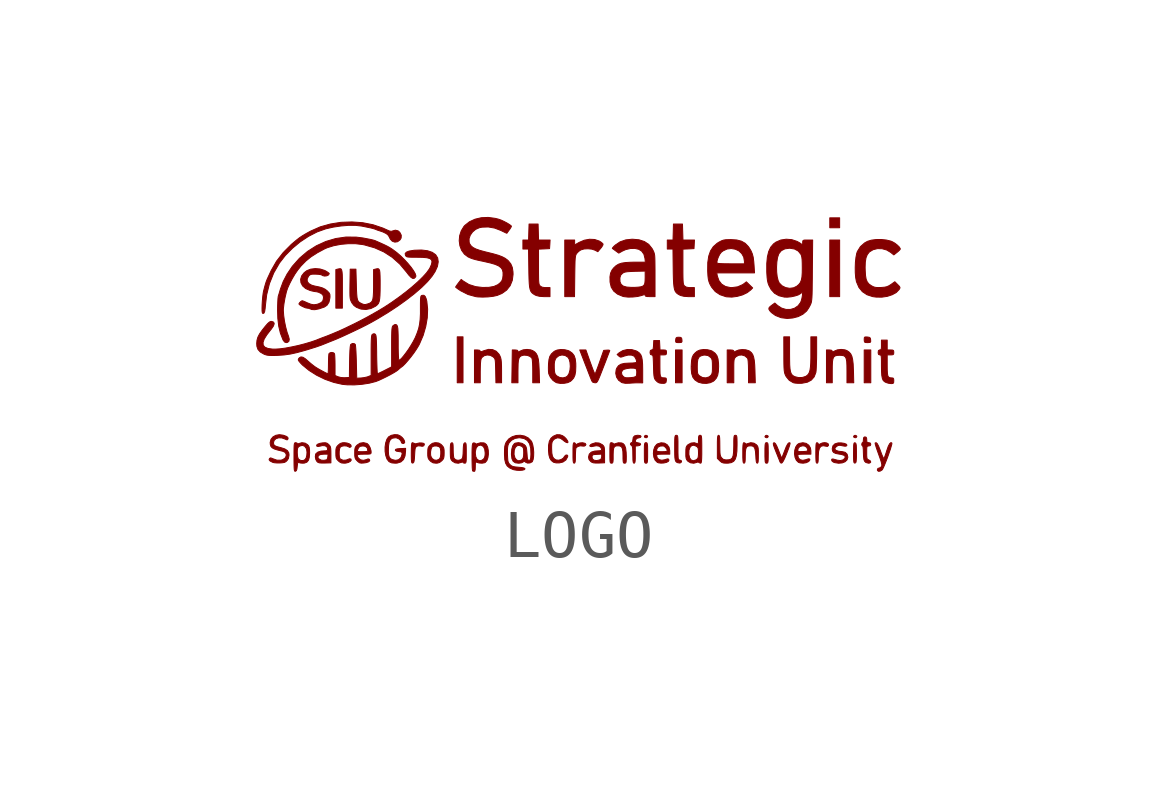
<source format=kicad_sym>
(kicad_symbol_lib
  (version 20220914)
  (generator "bitmap2component")
  (generator_version "8.0")
  (symbol "LOGO"
    (pin_names
      (offset 1.016))
    (property "Reference" "#G"
      (at 0 2.835 0)
      (effects (font (size 1.27 1.27)) hide))
    (symbol "LOGO_0_0"
      (polyline (pts (xy -6.428 -2.97) (xy -6.411 -2.957) (xy -6.4 -2.923) (xy -6.393 -2.863) (xy -6.387 -2.817) (xy -6.379 -2.785) (xy -6.37 -2.782) (xy -6.364 -2.787) (xy -6.331 -2.799) (xy -6.282 -2.803) (xy -6.244 -2.801) (xy -6.193 -2.782) (xy -6.16 -2.743) (xy -6.142 -2.679) (xy -6.136 -2.587) (xy -6.136 -2.585) (xy -6.138 -2.518) (xy -6.144 -2.474) (xy -6.156 -2.444) (xy -6.178 -2.418) (xy -6.228 -2.386) (xy -6.295 -2.376) (xy -6.36 -2.394) (xy -6.382 -2.403) (xy -6.393 -2.394) (xy -6.399 -2.383) (xy -6.427 -2.376) (xy -6.439 -2.377) (xy -6.448 -2.385) (xy -6.454 -2.403) (xy -6.458 -2.436) (xy -6.46 -2.49) (xy -6.461 -2.568) (xy -6.461 -2.584) (xy -6.393 -2.584) (xy -6.392 -2.539) (xy -6.387 -2.497) (xy -6.374 -2.471) (xy -6.35 -2.451) (xy -6.341 -2.446) (xy -6.287 -2.432) (xy -6.239 -2.449) (xy -6.205 -2.496) (xy -6.198 -2.515) (xy -6.19 -2.575) (xy -6.194 -2.639) (xy -6.208 -2.695) (xy -6.232 -2.729) (xy -6.266 -2.747) (xy -6.319 -2.748) (xy -6.364 -2.721) (xy -6.374 -2.707) (xy -6.388 -2.659) (xy -6.393 -2.584) (xy -6.461 -2.584) (xy -6.461 -2.676) (xy -6.461 -2.753) (xy -6.46 -2.84) (xy -6.458 -2.901) (xy -6.455 -2.94) (xy -6.45 -2.962) (xy -6.442 -2.971) (xy -6.431 -2.971) (xy -6.428 -2.97)) (stroke (width 0.01) (type default)) (fill (type outline)))
      (polyline (pts (xy -2.694 -2.966) (xy -2.686 -2.933) (xy -2.684 -2.871) (xy -2.684 -2.871) (xy -2.683 -2.814) (xy -2.679 -2.786) (xy -2.669 -2.778) (xy -2.651 -2.785) (xy -2.604 -2.799) (xy -2.542 -2.803) (xy -2.488 -2.793) (xy -2.475 -2.786) (xy -2.442 -2.747) (xy -2.421 -2.687) (xy -2.411 -2.615) (xy -2.413 -2.54) (xy -2.426 -2.471) (xy -2.451 -2.417) (xy -2.488 -2.386) (xy -2.51 -2.38) (xy -2.576 -2.378) (xy -2.636 -2.395) (xy -2.665 -2.405) (xy -2.684 -2.392) (xy -2.695 -2.383) (xy -2.725 -2.381) (xy -2.734 -2.389) (xy -2.742 -2.406) (xy -2.747 -2.438) (xy -2.75 -2.49) (xy -2.752 -2.566) (xy -2.752 -2.59) (xy -2.684 -2.59) (xy -2.682 -2.556) (xy -2.665 -2.486) (xy -2.631 -2.442) (xy -2.581 -2.427) (xy -2.56 -2.43) (xy -2.516 -2.456) (xy -2.488 -2.51) (xy -2.478 -2.59) (xy -2.48 -2.637) (xy -2.49 -2.685) (xy -2.513 -2.718) (xy -2.544 -2.74) (xy -2.581 -2.752) (xy -2.602 -2.75) (xy -2.646 -2.723) (xy -2.674 -2.669) (xy -2.684 -2.59) (xy -2.752 -2.59) (xy -2.752 -2.672) (xy -2.752 -2.737) (xy -2.75 -2.824) (xy -2.748 -2.894) (xy -2.744 -2.943) (xy -2.74 -2.963) (xy -2.735 -2.967) (xy -2.706 -2.974) (xy -2.694 -2.966)) (stroke (width 0.01) (type default)) (fill (type outline)))
      (polyline (pts (xy 5.749 -2.969) (xy 5.79 -2.944) (xy 5.8 -2.93) (xy 5.821 -2.889) (xy 5.847 -2.827) (xy 5.877 -2.752) (xy 5.908 -2.671) (xy 5.937 -2.588) (xy 5.963 -2.512) (xy 5.982 -2.447) (xy 5.994 -2.402) (xy 5.994 -2.382) (xy 5.974 -2.374) (xy 5.948 -2.397) (xy 5.919 -2.452) (xy 5.888 -2.542) (xy 5.878 -2.575) (xy 5.857 -2.638) (xy 5.84 -2.684) (xy 5.83 -2.706) (xy 5.822 -2.702) (xy 5.806 -2.673) (xy 5.784 -2.622) (xy 5.759 -2.555) (xy 5.751 -2.532) (xy 5.718 -2.449) (xy 5.691 -2.397) (xy 5.667 -2.376) (xy 5.646 -2.382) (xy 5.645 -2.385) (xy 5.65 -2.412) (xy 5.665 -2.463) (xy 5.688 -2.532) (xy 5.717 -2.613) (xy 5.722 -2.627) (xy 5.753 -2.715) (xy 5.773 -2.778) (xy 5.783 -2.821) (xy 5.785 -2.85) (xy 5.779 -2.87) (xy 5.759 -2.892) (xy 5.726 -2.906) (xy 5.704 -2.911) (xy 5.692 -2.94) (xy 5.694 -2.954) (xy 5.714 -2.972) (xy 5.749 -2.969)) (stroke (width 0.01) (type default)) (fill (type outline)))
      (polyline (pts (xy -1.705 -2.949) (xy -1.665 -2.939) (xy -1.649 -2.923) (xy -1.652 -2.914) (xy -1.671 -2.903) (xy -1.712 -2.894) (xy -1.782 -2.888) (xy -1.853 -2.881) (xy -1.9 -2.872) (xy -1.933 -2.857) (xy -1.962 -2.832) (xy -1.983 -2.809) (xy -1.997 -2.784) (xy -2.006 -2.749) (xy -2.01 -2.697) (xy -2.014 -2.619) (xy -2.015 -2.536) (xy -2.011 -2.475) (xy -2.003 -2.43) (xy -1.988 -2.393) (xy -1.983 -2.384) (xy -1.93 -2.326) (xy -1.857 -2.287) (xy -1.773 -2.273) (xy -1.755 -2.274) (xy -1.667 -2.29) (xy -1.6 -2.331) (xy -1.554 -2.397) (xy -1.53 -2.49) (xy -1.525 -2.611) (xy -1.526 -2.636) (xy -1.53 -2.693) (xy -1.536 -2.726) (xy -1.547 -2.74) (xy -1.564 -2.743) (xy -1.573 -2.743) (xy -1.587 -2.735) (xy -1.596 -2.713) (xy -1.602 -2.671) (xy -1.607 -2.6) (xy -1.61 -2.566) (xy -1.616 -2.505) (xy -1.625 -2.467) (xy -1.64 -2.44) (xy -1.664 -2.417) (xy -1.712 -2.389) (xy -1.784 -2.375) (xy -1.854 -2.386) (xy -1.871 -2.397) (xy -1.904 -2.442) (xy -1.924 -2.512) (xy -1.931 -2.603) (xy -1.931 -2.613) (xy -1.877 -2.613) (xy -1.873 -2.536) (xy -1.852 -2.477) (xy -1.817 -2.441) (xy -1.771 -2.431) (xy -1.718 -2.451) (xy -1.698 -2.466) (xy -1.683 -2.489) (xy -1.677 -2.526) (xy -1.675 -2.587) (xy -1.675 -2.589) (xy -1.678 -2.655) (xy -1.688 -2.697) (xy -1.706 -2.724) (xy -1.73 -2.741) (xy -1.779 -2.754) (xy -1.823 -2.737) (xy -1.857 -2.694) (xy -1.876 -2.627) (xy -1.877 -2.613) (xy -1.931 -2.613) (xy -1.931 -2.626) (xy -1.921 -2.708) (xy -1.895 -2.763) (xy -1.851 -2.794) (xy -1.786 -2.803) (xy -1.773 -2.803) (xy -1.72 -2.795) (xy -1.687 -2.778) (xy -1.681 -2.772) (xy -1.66 -2.762) (xy -1.641 -2.778) (xy -1.636 -2.783) (xy -1.595 -2.801) (xy -1.546 -2.798) (xy -1.501 -2.775) (xy -1.494 -2.766) (xy -1.478 -2.722) (xy -1.469 -2.656) (xy -1.467 -2.578) (xy -1.473 -2.498) (xy -1.486 -2.424) (xy -1.505 -2.365) (xy -1.524 -2.334) (xy -1.583 -2.275) (xy -1.659 -2.237) (xy -1.745 -2.221) (xy -1.833 -2.226) (xy -1.916 -2.252) (xy -1.988 -2.299) (xy -2.041 -2.367) (xy -2.058 -2.407) (xy -2.07 -2.453) (xy -2.075 -2.513) (xy -2.076 -2.598) (xy -2.076 -2.625) (xy -2.07 -2.728) (xy -2.052 -2.804) (xy -2.02 -2.86) (xy -1.971 -2.901) (xy -1.902 -2.933) (xy -1.88 -2.94) (xy -1.821 -2.95) (xy -1.76 -2.953) (xy -1.705 -2.949)) (stroke (width 0.01) (type default)) (fill (type outline)))
      (polyline (pts (xy -6.711 -2.795) (xy -6.663 -2.788) (xy -6.631 -2.772) (xy -6.604 -2.746) (xy -6.578 -2.706) (xy -6.564 -2.633) (xy -6.57 -2.588) (xy -6.598 -2.541) (xy -6.654 -2.505) (xy -6.739 -2.478) (xy -6.768 -2.471) (xy -6.83 -2.453) (xy -6.867 -2.434) (xy -6.884 -2.41) (xy -6.888 -2.376) (xy -6.875 -2.329) (xy -6.837 -2.293) (xy -6.782 -2.275) (xy -6.716 -2.276) (xy -6.648 -2.3) (xy -6.616 -2.315) (xy -6.597 -2.315) (xy -6.587 -2.298) (xy -6.584 -2.288) (xy -6.591 -2.264) (xy -6.624 -2.242) (xy -6.686 -2.22) (xy -6.686 -2.22) (xy -6.766 -2.209) (xy -6.839 -2.222) (xy -6.9 -2.256) (xy -6.941 -2.307) (xy -6.957 -2.371) (xy -6.954 -2.414) (xy -6.942 -2.453) (xy -6.915 -2.483) (xy -6.868 -2.508) (xy -6.797 -2.53) (xy -6.697 -2.554) (xy -6.653 -2.573) (xy -6.625 -2.609) (xy -6.623 -2.653) (xy -6.646 -2.696) (xy -6.695 -2.729) (xy -6.734 -2.741) (xy -6.817 -2.74) (xy -6.908 -2.708) (xy -6.926 -2.699) (xy -6.953 -2.693) (xy -6.972 -2.707) (xy -6.98 -2.732) (xy -6.958 -2.758) (xy -6.905 -2.785) (xy -6.875 -2.793) (xy -6.818 -2.798) (xy -6.754 -2.798) (xy -6.711 -2.795)) (stroke (width 0.01) (type default)) (fill (type outline)))
      (polyline (pts (xy -5.82 -2.8) (xy -5.692 -2.796) (xy -5.692 -2.628) (xy -5.692 -2.624) (xy -5.693 -2.547) (xy -5.696 -2.496) (xy -5.703 -2.462) (xy -5.716 -2.438) (xy -5.736 -2.416) (xy -5.742 -2.41) (xy -5.774 -2.386) (xy -5.809 -2.377) (xy -5.864 -2.38) (xy -5.919 -2.389) (xy -5.966 -2.406) (xy -5.99 -2.427) (xy -5.985 -2.449) (xy -5.959 -2.456) (xy -5.91 -2.446) (xy -5.869 -2.436) (xy -5.813 -2.44) (xy -5.775 -2.463) (xy -5.76 -2.504) (xy -5.761 -2.517) (xy -5.768 -2.537) (xy -5.79 -2.545) (xy -5.838 -2.547) (xy -5.896 -2.551) (xy -5.962 -2.571) (xy -6.004 -2.605) (xy -6.011 -2.621) (xy -6.017 -2.672) (xy -6.016 -2.675) (xy -5.963 -2.675) (xy -5.95 -2.643) (xy -5.908 -2.622) (xy -5.838 -2.615) (xy -5.75 -2.615) (xy -5.757 -2.675) (xy -5.758 -2.683) (xy -5.769 -2.72) (xy -5.784 -2.735) (xy -5.799 -2.736) (xy -5.837 -2.743) (xy -5.839 -2.743) (xy -5.887 -2.741) (xy -5.932 -2.722) (xy -5.959 -2.692) (xy -5.963 -2.675) (xy -6.016 -2.675) (xy -6.006 -2.727) (xy -5.982 -2.769) (xy -5.963 -2.785) (xy -5.934 -2.796) (xy -5.889 -2.8) (xy -5.82 -2.8)) (stroke (width 0.01) (type default)) (fill (type outline)))
      (polyline (pts (xy -5.381 -2.801) (xy -5.33 -2.788) (xy -5.29 -2.767) (xy -5.269 -2.742) (xy -5.274 -2.719) (xy -5.276 -2.717) (xy -5.303 -2.711) (xy -5.347 -2.727) (xy -5.373 -2.738) (xy -5.439 -2.742) (xy -5.5 -2.714) (xy -5.504 -2.708) (xy -5.515 -2.673) (xy -5.52 -2.62) (xy -5.519 -2.56) (xy -5.512 -2.507) (xy -5.499 -2.471) (xy -5.468 -2.451) (xy -5.417 -2.441) (xy -5.364 -2.445) (xy -5.323 -2.462) (xy -5.3 -2.475) (xy -5.277 -2.463) (xy -5.269 -2.45) (xy -5.277 -2.424) (xy -5.308 -2.4) (xy -5.356 -2.383) (xy -5.413 -2.376) (xy -5.45 -2.378) (xy -5.497 -2.392) (xy -5.539 -2.426) (xy -5.565 -2.454) (xy -5.581 -2.485) (xy -5.588 -2.526) (xy -5.589 -2.59) (xy -5.588 -2.649) (xy -5.582 -2.692) (xy -5.567 -2.723) (xy -5.539 -2.753) (xy -5.513 -2.776) (xy -5.471 -2.798) (xy -5.413 -2.803) (xy -5.381 -2.801)) (stroke (width 0.01) (type default)) (fill (type outline)))
      (polyline (pts (xy -5.008 -2.799) (xy -4.959 -2.792) (xy -4.907 -2.775) (xy -4.883 -2.752) (xy -4.889 -2.726) (xy -4.896 -2.719) (xy -4.919 -2.714) (xy -4.956 -2.729) (xy -5.015 -2.744) (xy -5.074 -2.733) (xy -5.12 -2.695) (xy -5.141 -2.66) (xy -5.143 -2.637) (xy -5.123 -2.623) (xy -5.077 -2.617) (xy -5 -2.615) (xy -4.999 -2.615) (xy -4.929 -2.615) (xy -4.886 -2.612) (xy -4.864 -2.606) (xy -4.856 -2.593) (xy -4.854 -2.572) (xy -4.857 -2.541) (xy -4.875 -2.48) (xy -4.904 -2.427) (xy -4.937 -2.394) (xy -4.942 -2.392) (xy -5.013 -2.375) (xy -5.085 -2.386) (xy -5.146 -2.426) (xy -5.172 -2.454) (xy -5.188 -2.485) (xy -5.195 -2.526) (xy -5.195 -2.546) (xy -5.14 -2.546) (xy -5.135 -2.526) (xy -5.115 -2.478) (xy -5.08 -2.451) (xy -5.024 -2.444) (xy -4.974 -2.452) (xy -4.936 -2.483) (xy -4.923 -2.537) (xy -4.924 -2.545) (xy -4.938 -2.557) (xy -4.973 -2.562) (xy -5.035 -2.564) (xy -5.056 -2.564) (xy -5.107 -2.563) (xy -5.133 -2.558) (xy -5.14 -2.546) (xy -5.195 -2.546) (xy -5.196 -2.59) (xy -5.195 -2.651) (xy -5.188 -2.693) (xy -5.173 -2.724) (xy -5.144 -2.755) (xy -5.13 -2.769) (xy -5.097 -2.794) (xy -5.062 -2.802) (xy -5.008 -2.799)) (stroke (width 0.01) (type default)) (fill (type outline)))
      (polyline (pts (xy -4.312 -2.801) (xy -4.235 -2.777) (xy -4.18 -2.728) (xy -4.148 -2.652) (xy -4.137 -2.55) (xy -4.136 -2.494) (xy -4.243 -2.499) (xy -4.253 -2.499) (xy -4.311 -2.505) (xy -4.341 -2.514) (xy -4.35 -2.53) (xy -4.349 -2.536) (xy -4.328 -2.552) (xy -4.277 -2.561) (xy -4.236 -2.566) (xy -4.211 -2.58) (xy -4.208 -2.61) (xy -4.223 -2.663) (xy -4.24 -2.695) (xy -4.285 -2.732) (xy -4.347 -2.744) (xy -4.416 -2.728) (xy -4.45 -2.709) (xy -4.476 -2.677) (xy -4.49 -2.628) (xy -4.495 -2.558) (xy -4.492 -2.459) (xy -4.492 -2.445) (xy -4.479 -2.364) (xy -4.453 -2.311) (xy -4.411 -2.282) (xy -4.349 -2.273) (xy -4.324 -2.276) (xy -4.275 -2.297) (xy -4.237 -2.332) (xy -4.222 -2.371) (xy -4.215 -2.384) (xy -4.188 -2.393) (xy -4.173 -2.391) (xy -4.155 -2.373) (xy -4.159 -2.341) (xy -4.178 -2.303) (xy -4.21 -2.265) (xy -4.251 -2.233) (xy -4.297 -2.212) (xy -4.364 -2.208) (xy -4.435 -2.223) (xy -4.492 -2.256) (xy -4.526 -2.305) (xy -4.551 -2.38) (xy -4.564 -2.467) (xy -4.563 -2.559) (xy -4.549 -2.645) (xy -4.523 -2.718) (xy -4.484 -2.768) (xy -4.474 -2.775) (xy -4.423 -2.797) (xy -4.35 -2.803) (xy -4.312 -2.801)) (stroke (width 0.01) (type default)) (fill (type outline)))
      (polyline (pts (xy -3.981 -2.798) (xy -3.968 -2.786) (xy -3.959 -2.759) (xy -3.953 -2.71) (xy -3.948 -2.633) (xy -3.944 -2.564) (xy -3.939 -2.512) (xy -3.931 -2.481) (xy -3.918 -2.462) (xy -3.899 -2.45) (xy -3.871 -2.441) (xy -3.815 -2.446) (xy -3.791 -2.452) (xy -3.757 -2.441) (xy -3.744 -2.406) (xy -3.744 -2.405) (xy -3.76 -2.39) (xy -3.797 -2.382) (xy -3.844 -2.381) (xy -3.887 -2.39) (xy -3.924 -2.4) (xy -3.955 -2.393) (xy -3.963 -2.387) (xy -3.995 -2.376) (xy -4 -2.378) (xy -4.008 -2.395) (xy -4.013 -2.433) (xy -4.016 -2.497) (xy -4.017 -2.591) (xy -4.017 -2.645) (xy -4.016 -2.717) (xy -4.013 -2.764) (xy -4.008 -2.789) (xy -3.999 -2.8) (xy -3.987 -2.8) (xy -3.981 -2.798)) (stroke (width 0.01) (type default)) (fill (type outline)))
      (polyline (pts (xy -3.481 -2.803) (xy -3.429 -2.789) (xy -3.383 -2.753) (xy -3.357 -2.725) (xy -3.342 -2.695) (xy -3.335 -2.653) (xy -3.333 -2.59) (xy -3.334 -2.53) (xy -3.341 -2.487) (xy -3.356 -2.457) (xy -3.383 -2.426) (xy -3.4 -2.41) (xy -3.446 -2.383) (xy -3.504 -2.376) (xy -3.527 -2.377) (xy -3.579 -2.39) (xy -3.625 -2.426) (xy -3.651 -2.454) (xy -3.667 -2.485) (xy -3.673 -2.526) (xy -3.674 -2.568) (xy -3.616 -2.568) (xy -3.605 -2.508) (xy -3.586 -2.466) (xy -3.581 -2.461) (xy -3.543 -2.446) (xy -3.494 -2.444) (xy -3.448 -2.455) (xy -3.419 -2.477) (xy -3.412 -2.498) (xy -3.403 -2.551) (xy -3.403 -2.612) (xy -3.409 -2.668) (xy -3.423 -2.704) (xy -3.438 -2.72) (xy -3.486 -2.742) (xy -3.537 -2.737) (xy -3.582 -2.708) (xy -3.61 -2.658) (xy -3.615 -2.63) (xy -3.616 -2.568) (xy -3.674 -2.568) (xy -3.675 -2.59) (xy -3.674 -2.649) (xy -3.667 -2.692) (xy -3.652 -2.723) (xy -3.625 -2.753) (xy -3.608 -2.769) (xy -3.562 -2.796) (xy -3.504 -2.803) (xy -3.481 -2.803)) (stroke (width 0.01) (type default)) (fill (type outline)))
      (polyline (pts (xy -2.973 -2.785) (xy -2.95 -2.777) (xy -2.94 -2.785) (xy -2.933 -2.796) (xy -2.906 -2.803) (xy -2.894 -2.802) (xy -2.884 -2.795) (xy -2.877 -2.775) (xy -2.873 -2.738) (xy -2.872 -2.677) (xy -2.872 -2.588) (xy -2.872 -2.534) (xy -2.873 -2.462) (xy -2.875 -2.416) (xy -2.881 -2.39) (xy -2.889 -2.38) (xy -2.901 -2.379) (xy -2.908 -2.381) (xy -2.92 -2.393) (xy -2.928 -2.419) (xy -2.933 -2.467) (xy -2.936 -2.543) (xy -2.938 -2.602) (xy -2.943 -2.657) (xy -2.95 -2.691) (xy -2.962 -2.712) (xy -2.982 -2.727) (xy -2.992 -2.733) (xy -3.044 -2.744) (xy -3.094 -2.732) (xy -3.128 -2.7) (xy -3.131 -2.693) (xy -3.138 -2.653) (xy -3.143 -2.592) (xy -3.145 -2.521) (xy -3.145 -2.481) (xy -3.147 -2.424) (xy -3.152 -2.393) (xy -3.16 -2.38) (xy -3.175 -2.379) (xy -3.184 -2.382) (xy -3.195 -2.395) (xy -3.201 -2.423) (xy -3.204 -2.473) (xy -3.205 -2.55) (xy -3.204 -2.617) (xy -3.202 -2.673) (xy -3.195 -2.71) (xy -3.183 -2.736) (xy -3.163 -2.759) (xy -3.16 -2.762) (xy -3.105 -2.795) (xy -3.038 -2.804) (xy -2.973 -2.785)) (stroke (width 0.01) (type default)) (fill (type outline)))
      (polyline (pts (xy -0.858 -2.779) (xy -0.797 -2.736) (xy -0.761 -2.671) (xy -0.759 -2.664) (xy -0.76 -2.639) (xy -0.784 -2.632) (xy -0.806 -2.639) (xy -0.83 -2.668) (xy -0.85 -2.698) (xy -0.894 -2.726) (xy -0.948 -2.741) (xy -0.997 -2.736) (xy -1.012 -2.73) (xy -1.052 -2.701) (xy -1.077 -2.658) (xy -1.09 -2.592) (xy -1.094 -2.499) (xy -1.094 -2.467) (xy -1.092 -2.406) (xy -1.085 -2.367) (xy -1.073 -2.34) (xy -1.052 -2.315) (xy -1.032 -2.298) (xy -0.973 -2.274) (xy -0.912 -2.283) (xy -0.852 -2.325) (xy -0.829 -2.345) (xy -0.792 -2.369) (xy -0.763 -2.377) (xy -0.752 -2.366) (xy -0.76 -2.341) (xy -0.787 -2.299) (xy -0.825 -2.259) (xy -0.865 -2.231) (xy -0.922 -2.211) (xy -0.988 -2.21) (xy -1.056 -2.24) (xy -1.058 -2.24) (xy -1.109 -2.285) (xy -1.142 -2.347) (xy -1.158 -2.43) (xy -1.159 -2.539) (xy -1.159 -2.54) (xy -1.15 -2.633) (xy -1.131 -2.699) (xy -1.101 -2.747) (xy -1.056 -2.782) (xy -1.049 -2.785) (xy -0.999 -2.797) (xy -0.934 -2.797) (xy -0.858 -2.779)) (stroke (width 0.01) (type default)) (fill (type outline)))
      (polyline (pts (xy -0.611 -2.796) (xy -0.603 -2.773) (xy -0.599 -2.728) (xy -0.598 -2.654) (xy -0.598 -2.626) (xy -0.595 -2.56) (xy -0.591 -2.509) (xy -0.585 -2.484) (xy -0.583 -2.481) (xy -0.547 -2.455) (xy -0.497 -2.441) (xy -0.45 -2.446) (xy -0.416 -2.448) (xy -0.39 -2.435) (xy -0.379 -2.414) (xy -0.394 -2.392) (xy -0.4 -2.389) (xy -0.45 -2.377) (xy -0.51 -2.382) (xy -0.56 -2.402) (xy -0.58 -2.416) (xy -0.595 -2.42) (xy -0.598 -2.402) (xy -0.601 -2.39) (xy -0.624 -2.376) (xy -0.624 -2.376) (xy -0.635 -2.381) (xy -0.642 -2.4) (xy -0.647 -2.438) (xy -0.649 -2.499) (xy -0.649 -2.59) (xy -0.649 -2.591) (xy -0.649 -2.681) (xy -0.647 -2.742) (xy -0.642 -2.78) (xy -0.635 -2.798) (xy -0.624 -2.803) (xy -0.623 -2.803) (xy -0.611 -2.796)) (stroke (width 0.01) (type default)) (fill (type outline)))
      (polyline (pts (xy -0.112 -2.8) (xy 0.009 -2.795) (xy 0.009 -2.627) (xy 0.009 -2.605) (xy 0.008 -2.534) (xy 0.004 -2.488) (xy -0.003 -2.459) (xy -0.017 -2.438) (xy -0.039 -2.417) (xy -0.041 -2.416) (xy -0.105 -2.383) (xy -0.181 -2.378) (xy -0.259 -2.403) (xy -0.276 -2.413) (xy -0.299 -2.436) (xy -0.293 -2.452) (xy -0.263 -2.458) (xy -0.212 -2.448) (xy -0.161 -2.439) (xy -0.104 -2.449) (xy -0.065 -2.48) (xy -0.051 -2.531) (xy -0.059 -2.537) (xy -0.092 -2.544) (xy -0.143 -2.547) (xy -0.198 -2.551) (xy -0.268 -2.573) (xy -0.31 -2.615) (xy -0.324 -2.671) (xy -0.253 -2.671) (xy -0.248 -2.646) (xy -0.235 -2.63) (xy -0.205 -2.623) (xy -0.149 -2.619) (xy -0.051 -2.614) (xy -0.051 -2.666) (xy -0.051 -2.675) (xy -0.062 -2.714) (xy -0.095 -2.735) (xy -0.096 -2.736) (xy -0.159 -2.749) (xy -0.211 -2.741) (xy -0.244 -2.714) (xy -0.253 -2.671) (xy -0.324 -2.671) (xy -0.325 -2.675) (xy -0.315 -2.726) (xy -0.279 -2.768) (xy -0.259 -2.782) (xy -0.226 -2.795) (xy -0.181 -2.8) (xy -0.112 -2.8)) (stroke (width 0.01) (type default)) (fill (type outline)))
      (polyline (pts (xy 0.438 -2.802) (xy 0.451 -2.795) (xy 0.458 -2.773) (xy 0.461 -2.73) (xy 0.462 -2.66) (xy 0.459 -2.581) (xy 0.448 -2.489) (xy 0.425 -2.427) (xy 0.393 -2.393) (xy 0.361 -2.381) (xy 0.296 -2.378) (xy 0.235 -2.396) (xy 0.205 -2.406) (xy 0.192 -2.396) (xy 0.183 -2.385) (xy 0.152 -2.376) (xy 0.142 -2.377) (xy 0.132 -2.384) (xy 0.125 -2.404) (xy 0.122 -2.441) (xy 0.12 -2.501) (xy 0.12 -2.59) (xy 0.12 -2.662) (xy 0.121 -2.728) (xy 0.124 -2.769) (xy 0.13 -2.792) (xy 0.14 -2.801) (xy 0.154 -2.803) (xy 0.169 -2.801) (xy 0.179 -2.791) (xy 0.185 -2.765) (xy 0.188 -2.718) (xy 0.188 -2.643) (xy 0.188 -2.622) (xy 0.191 -2.541) (xy 0.2 -2.488) (xy 0.219 -2.457) (xy 0.249 -2.443) (xy 0.295 -2.441) (xy 0.333 -2.446) (xy 0.363 -2.465) (xy 0.381 -2.502) (xy 0.391 -2.563) (xy 0.393 -2.653) (xy 0.393 -2.709) (xy 0.396 -2.76) (xy 0.401 -2.788) (xy 0.411 -2.801) (xy 0.427 -2.803) (xy 0.438 -2.802)) (stroke (width 0.01) (type default)) (fill (type outline)))
      (polyline (pts (xy 0.63 -2.802) (xy 0.64 -2.789) (xy 0.646 -2.76) (xy 0.649 -2.707) (xy 0.649 -2.625) (xy 0.649 -2.446) (xy 0.705 -2.441) (xy 0.745 -2.431) (xy 0.761 -2.41) (xy 0.748 -2.39) (xy 0.705 -2.379) (xy 0.702 -2.379) (xy 0.662 -2.368) (xy 0.649 -2.344) (xy 0.653 -2.321) (xy 0.681 -2.286) (xy 0.73 -2.273) (xy 0.754 -2.268) (xy 0.769 -2.248) (xy 0.768 -2.242) (xy 0.75 -2.227) (xy 0.704 -2.222) (xy 0.689 -2.222) (xy 0.635 -2.234) (xy 0.607 -2.264) (xy 0.598 -2.32) (xy 0.592 -2.362) (xy 0.573 -2.376) (xy 0.56 -2.379) (xy 0.547 -2.402) (xy 0.55 -2.415) (xy 0.573 -2.438) (xy 0.577 -2.44) (xy 0.587 -2.455) (xy 0.594 -2.487) (xy 0.597 -2.542) (xy 0.598 -2.626) (xy 0.599 -2.67) (xy 0.6 -2.737) (xy 0.605 -2.777) (xy 0.612 -2.798) (xy 0.624 -2.803) (xy 0.63 -2.802)) (stroke (width 0.01) (type default)) (fill (type outline)))
      (polyline (pts (xy 0.883 -2.802) (xy 0.894 -2.795) (xy 0.9 -2.775) (xy 0.904 -2.738) (xy 0.906 -2.678) (xy 0.906 -2.59) (xy 0.906 -2.517) (xy 0.905 -2.451) (xy 0.901 -2.41) (xy 0.895 -2.387) (xy 0.886 -2.378) (xy 0.872 -2.376) (xy 0.86 -2.377) (xy 0.85 -2.385) (xy 0.843 -2.404) (xy 0.839 -2.441) (xy 0.838 -2.501) (xy 0.838 -2.59) (xy 0.838 -2.662) (xy 0.839 -2.728) (xy 0.842 -2.769) (xy 0.848 -2.792) (xy 0.858 -2.801) (xy 0.872 -2.803) (xy 0.883 -2.802)) (stroke (width 0.01) (type default)) (fill (type outline)))
      (polyline (pts (xy 1.242 -2.799) (xy 1.296 -2.787) (xy 1.335 -2.768) (xy 1.35 -2.744) (xy 1.343 -2.718) (xy 1.319 -2.713) (xy 1.271 -2.728) (xy 1.264 -2.731) (xy 1.201 -2.742) (xy 1.147 -2.729) (xy 1.109 -2.697) (xy 1.094 -2.648) (xy 1.094 -2.641) (xy 1.101 -2.627) (xy 1.121 -2.619) (xy 1.163 -2.616) (xy 1.231 -2.615) (xy 1.367 -2.615) (xy 1.367 -2.546) (xy 1.367 -2.543) (xy 1.352 -2.471) (xy 1.312 -2.417) (xy 1.255 -2.385) (xy 1.186 -2.378) (xy 1.112 -2.401) (xy 1.094 -2.413) (xy 1.055 -2.462) (xy 1.032 -2.529) (xy 1.032 -2.531) (xy 1.094 -2.531) (xy 1.095 -2.515) (xy 1.119 -2.472) (xy 1.166 -2.447) (xy 1.231 -2.443) (xy 1.239 -2.445) (xy 1.274 -2.469) (xy 1.303 -2.505) (xy 1.316 -2.54) (xy 1.316 -2.542) (xy 1.304 -2.555) (xy 1.269 -2.562) (xy 1.205 -2.564) (xy 1.151 -2.563) (xy 1.114 -2.559) (xy 1.098 -2.549) (xy 1.094 -2.531) (xy 1.032 -2.531) (xy 1.026 -2.604) (xy 1.036 -2.678) (xy 1.063 -2.741) (xy 1.107 -2.785) (xy 1.131 -2.795) (xy 1.184 -2.802) (xy 1.242 -2.799)) (stroke (width 0.01) (type default)) (fill (type outline)))
      (polyline (pts (xy 1.592 -2.795) (xy 1.613 -2.775) (xy 1.609 -2.752) (xy 1.577 -2.738) (xy 1.567 -2.736) (xy 1.555 -2.731) (xy 1.547 -2.717) (xy 1.542 -2.69) (xy 1.54 -2.645) (xy 1.538 -2.575) (xy 1.538 -2.477) (xy 1.538 -2.436) (xy 1.538 -2.349) (xy 1.536 -2.29) (xy 1.533 -2.252) (xy 1.527 -2.232) (xy 1.517 -2.224) (xy 1.504 -2.222) (xy 1.498 -2.222) (xy 1.487 -2.226) (xy 1.479 -2.239) (xy 1.474 -2.266) (xy 1.471 -2.312) (xy 1.47 -2.382) (xy 1.47 -2.481) (xy 1.47 -2.542) (xy 1.471 -2.628) (xy 1.474 -2.689) (xy 1.48 -2.729) (xy 1.488 -2.756) (xy 1.499 -2.773) (xy 1.522 -2.79) (xy 1.572 -2.8) (xy 1.592 -2.795)) (stroke (width 0.01) (type default)) (fill (type outline)))
      (polyline (pts (xy 1.932 -2.786) (xy 1.952 -2.778) (xy 1.974 -2.786) (xy 1.98 -2.793) (xy 2.009 -2.803) (xy 2.017 -2.8) (xy 2.024 -2.784) (xy 2.029 -2.752) (xy 2.032 -2.699) (xy 2.034 -2.621) (xy 2.034 -2.513) (xy 2.034 -2.42) (xy 2.033 -2.34) (xy 2.031 -2.285) (xy 2.027 -2.25) (xy 2.021 -2.231) (xy 2.012 -2.224) (xy 2 -2.222) (xy 1.988 -2.223) (xy 1.974 -2.234) (xy 1.967 -2.262) (xy 1.966 -2.317) (xy 1.965 -2.363) (xy 1.961 -2.393) (xy 1.951 -2.401) (xy 1.933 -2.394) (xy 1.88 -2.377) (xy 1.811 -2.384) (xy 1.749 -2.417) (xy 1.74 -2.425) (xy 1.72 -2.448) (xy 1.708 -2.476) (xy 1.703 -2.519) (xy 1.702 -2.586) (xy 1.702 -2.589) (xy 1.702 -2.616) (xy 1.765 -2.616) (xy 1.767 -2.534) (xy 1.788 -2.474) (xy 1.822 -2.438) (xy 1.868 -2.429) (xy 1.923 -2.451) (xy 1.943 -2.467) (xy 1.958 -2.49) (xy 1.964 -2.528) (xy 1.966 -2.589) (xy 1.965 -2.631) (xy 1.96 -2.678) (xy 1.949 -2.706) (xy 1.928 -2.725) (xy 1.913 -2.735) (xy 1.859 -2.752) (xy 1.814 -2.737) (xy 1.782 -2.694) (xy 1.765 -2.622) (xy 1.765 -2.616) (xy 1.702 -2.616) (xy 1.702 -2.657) (xy 1.708 -2.701) (xy 1.72 -2.732) (xy 1.742 -2.759) (xy 1.745 -2.762) (xy 1.8 -2.795) (xy 1.867 -2.804) (xy 1.932 -2.786)) (stroke (width 0.01) (type default)) (fill (type outline)))
      (polyline (pts (xy 2.585 -2.802) (xy 2.65 -2.791) (xy 2.699 -2.764) (xy 2.733 -2.717) (xy 2.754 -2.648) (xy 2.766 -2.553) (xy 2.769 -2.428) (xy 2.769 -2.367) (xy 2.768 -2.3) (xy 2.765 -2.257) (xy 2.759 -2.234) (xy 2.749 -2.224) (xy 2.735 -2.222) (xy 2.725 -2.223) (xy 2.713 -2.229) (xy 2.707 -2.248) (xy 2.703 -2.283) (xy 2.701 -2.341) (xy 2.701 -2.428) (xy 2.7 -2.475) (xy 2.697 -2.573) (xy 2.688 -2.643) (xy 2.671 -2.69) (xy 2.645 -2.717) (xy 2.606 -2.731) (xy 2.552 -2.735) (xy 2.521 -2.733) (xy 2.478 -2.721) (xy 2.446 -2.69) (xy 2.441 -2.683) (xy 2.427 -2.66) (xy 2.418 -2.63) (xy 2.413 -2.587) (xy 2.411 -2.524) (xy 2.41 -2.433) (xy 2.409 -2.345) (xy 2.407 -2.283) (xy 2.403 -2.246) (xy 2.395 -2.227) (xy 2.385 -2.222) (xy 2.38 -2.223) (xy 2.371 -2.232) (xy 2.365 -2.255) (xy 2.361 -2.298) (xy 2.359 -2.366) (xy 2.359 -2.463) (xy 2.359 -2.703) (xy 2.409 -2.753) (xy 2.417 -2.761) (xy 2.452 -2.788) (xy 2.491 -2.8) (xy 2.55 -2.803) (xy 2.585 -2.802)) (stroke (width 0.01) (type default)) (fill (type outline)))
      (polyline (pts (xy 2.928 -2.796) (xy 2.935 -2.773) (xy 2.939 -2.727) (xy 2.94 -2.653) (xy 2.942 -2.569) (xy 2.951 -2.506) (xy 2.968 -2.467) (xy 2.997 -2.447) (xy 3.04 -2.441) (xy 3.085 -2.444) (xy 3.119 -2.462) (xy 3.14 -2.499) (xy 3.153 -2.56) (xy 3.16 -2.65) (xy 3.163 -2.712) (xy 3.169 -2.766) (xy 3.177 -2.795) (xy 3.189 -2.803) (xy 3.192 -2.803) (xy 3.203 -2.793) (xy 3.209 -2.765) (xy 3.212 -2.713) (xy 3.213 -2.631) (xy 3.213 -2.628) (xy 3.213 -2.55) (xy 3.21 -2.498) (xy 3.203 -2.464) (xy 3.191 -2.44) (xy 3.171 -2.418) (xy 3.121 -2.386) (xy 3.054 -2.376) (xy 2.987 -2.396) (xy 2.957 -2.406) (xy 2.944 -2.396) (xy 2.939 -2.388) (xy 2.913 -2.376) (xy 2.904 -2.38) (xy 2.897 -2.398) (xy 2.892 -2.436) (xy 2.889 -2.498) (xy 2.889 -2.59) (xy 2.889 -2.591) (xy 2.889 -2.681) (xy 2.892 -2.742) (xy 2.896 -2.78) (xy 2.904 -2.798) (xy 2.914 -2.803) (xy 2.915 -2.803) (xy 2.928 -2.796)) (stroke (width 0.01) (type default)) (fill (type outline)))
      (polyline (pts (xy 3.396 -2.802) (xy 3.406 -2.795) (xy 3.413 -2.775) (xy 3.417 -2.738) (xy 3.418 -2.678) (xy 3.419 -2.59) (xy 3.418 -2.517) (xy 3.417 -2.451) (xy 3.414 -2.41) (xy 3.408 -2.387) (xy 3.399 -2.378) (xy 3.384 -2.376) (xy 3.373 -2.377) (xy 3.362 -2.385) (xy 3.356 -2.404) (xy 3.352 -2.441) (xy 3.35 -2.501) (xy 3.35 -2.59) (xy 3.35 -2.662) (xy 3.352 -2.728) (xy 3.355 -2.769) (xy 3.361 -2.792) (xy 3.37 -2.801) (xy 3.384 -2.803) (xy 3.396 -2.802)) (stroke (width 0.01) (type default)) (fill (type outline)))
      (polyline (pts (xy 3.708 -2.794) (xy 3.733 -2.758) (xy 3.765 -2.693) (xy 3.804 -2.598) (xy 3.809 -2.584) (xy 3.838 -2.508) (xy 3.86 -2.445) (xy 3.872 -2.401) (xy 3.874 -2.382) (xy 3.853 -2.376) (xy 3.826 -2.4) (xy 3.795 -2.456) (xy 3.76 -2.546) (xy 3.744 -2.588) (xy 3.722 -2.645) (xy 3.705 -2.682) (xy 3.697 -2.694) (xy 3.693 -2.688) (xy 3.68 -2.655) (xy 3.659 -2.602) (xy 3.634 -2.536) (xy 3.631 -2.528) (xy 3.598 -2.449) (xy 3.571 -2.399) (xy 3.549 -2.379) (xy 3.545 -2.378) (xy 3.529 -2.381) (xy 3.524 -2.397) (xy 3.53 -2.432) (xy 3.55 -2.489) (xy 3.583 -2.573) (xy 3.598 -2.61) (xy 3.625 -2.678) (xy 3.647 -2.732) (xy 3.659 -2.765) (xy 3.669 -2.785) (xy 3.687 -2.803) (xy 3.708 -2.794)) (stroke (width 0.01) (type default)) (fill (type outline)))
      (polyline (pts (xy 4.209 -2.793) (xy 4.258 -2.77) (xy 4.263 -2.767) (xy 4.286 -2.736) (xy 4.282 -2.716) (xy 4.255 -2.712) (xy 4.209 -2.727) (xy 4.2 -2.731) (xy 4.138 -2.744) (xy 4.085 -2.731) (xy 4.048 -2.696) (xy 4.034 -2.642) (xy 4.039 -2.629) (xy 4.059 -2.62) (xy 4.101 -2.616) (xy 4.171 -2.615) (xy 4.307 -2.615) (xy 4.307 -2.546) (xy 4.298 -2.487) (xy 4.264 -2.429) (xy 4.209 -2.39) (xy 4.139 -2.377) (xy 4.061 -2.392) (xy 4.026 -2.415) (xy 3.991 -2.467) (xy 3.971 -2.534) (xy 4.034 -2.534) (xy 4.043 -2.493) (xy 4.078 -2.456) (xy 4.134 -2.441) (xy 4.173 -2.444) (xy 4.219 -2.471) (xy 4.242 -2.521) (xy 4.242 -2.538) (xy 4.231 -2.55) (xy 4.199 -2.557) (xy 4.141 -2.561) (xy 4.091 -2.562) (xy 4.054 -2.56) (xy 4.038 -2.551) (xy 4.034 -2.534) (xy 3.971 -2.534) (xy 3.971 -2.534) (xy 3.966 -2.608) (xy 3.977 -2.681) (xy 4.004 -2.742) (xy 4.047 -2.785) (xy 4.082 -2.797) (xy 4.145 -2.803) (xy 4.209 -2.793)) (stroke (width 0.01) (type default)) (fill (type outline)))
      (polyline (pts (xy 4.448 -2.798) (xy 4.456 -2.776) (xy 4.46 -2.732) (xy 4.461 -2.66) (xy 4.467 -2.562) (xy 4.485 -2.493) (xy 4.516 -2.452) (xy 4.563 -2.439) (xy 4.626 -2.45) (xy 4.654 -2.454) (xy 4.673 -2.433) (xy 4.675 -2.428) (xy 4.668 -2.4) (xy 4.638 -2.382) (xy 4.594 -2.375) (xy 4.545 -2.382) (xy 4.499 -2.402) (xy 4.48 -2.416) (xy 4.464 -2.42) (xy 4.461 -2.402) (xy 4.458 -2.39) (xy 4.436 -2.376) (xy 4.435 -2.376) (xy 4.425 -2.381) (xy 4.417 -2.4) (xy 4.413 -2.438) (xy 4.411 -2.499) (xy 4.41 -2.59) (xy 4.41 -2.591) (xy 4.411 -2.681) (xy 4.413 -2.742) (xy 4.417 -2.78) (xy 4.425 -2.798) (xy 4.436 -2.803) (xy 4.448 -2.798)) (stroke (width 0.01) (type default)) (fill (type outline)))
      (polyline (pts (xy 4.96 -2.797) (xy 5.02 -2.773) (xy 5.061 -2.733) (xy 5.077 -2.679) (xy 5.077 -2.678) (xy 5.062 -2.616) (xy 5.022 -2.577) (xy 4.959 -2.562) (xy 4.888 -2.555) (xy 4.834 -2.538) (xy 4.808 -2.514) (xy 4.811 -2.484) (xy 4.846 -2.451) (xy 4.877 -2.434) (xy 4.912 -2.43) (xy 4.963 -2.44) (xy 4.97 -2.442) (xy 5.022 -2.45) (xy 5.05 -2.443) (xy 5.058 -2.427) (xy 5.044 -2.407) (xy 5.002 -2.39) (xy 4.936 -2.38) (xy 4.873 -2.381) (xy 4.807 -2.401) (xy 4.766 -2.442) (xy 4.752 -2.503) (xy 4.758 -2.548) (xy 4.78 -2.579) (xy 4.824 -2.6) (xy 4.897 -2.614) (xy 4.938 -2.62) (xy 4.994 -2.637) (xy 5.021 -2.66) (xy 5.019 -2.691) (xy 5.014 -2.702) (xy 4.977 -2.734) (xy 4.922 -2.748) (xy 4.858 -2.741) (xy 4.849 -2.738) (xy 4.802 -2.725) (xy 4.77 -2.716) (xy 4.766 -2.715) (xy 4.743 -2.719) (xy 4.739 -2.739) (xy 4.752 -2.764) (xy 4.781 -2.783) (xy 4.803 -2.791) (xy 4.885 -2.804) (xy 4.96 -2.797)) (stroke (width 0.01) (type default)) (fill (type outline)))
      (polyline (pts (xy 5.23 -2.799) (xy 5.242 -2.791) (xy 5.249 -2.772) (xy 5.253 -2.736) (xy 5.256 -2.677) (xy 5.256 -2.59) (xy 5.256 -2.564) (xy 5.255 -2.485) (xy 5.253 -2.432) (xy 5.247 -2.401) (xy 5.239 -2.385) (xy 5.226 -2.379) (xy 5.218 -2.378) (xy 5.208 -2.384) (xy 5.202 -2.403) (xy 5.198 -2.44) (xy 5.197 -2.5) (xy 5.196 -2.59) (xy 5.196 -2.646) (xy 5.197 -2.718) (xy 5.2 -2.764) (xy 5.205 -2.789) (xy 5.214 -2.8) (xy 5.226 -2.8) (xy 5.23 -2.799)) (stroke (width 0.01) (type default)) (fill (type outline)))
      (polyline (pts (xy 5.532 -2.8) (xy 5.554 -2.782) (xy 5.548 -2.758) (xy 5.513 -2.735) (xy 5.498 -2.728) (xy 5.482 -2.716) (xy 5.474 -2.692) (xy 5.47 -2.65) (xy 5.47 -2.581) (xy 5.47 -2.523) (xy 5.472 -2.478) (xy 5.479 -2.455) (xy 5.491 -2.446) (xy 5.513 -2.444) (xy 5.545 -2.437) (xy 5.555 -2.41) (xy 5.546 -2.384) (xy 5.513 -2.376) (xy 5.487 -2.373) (xy 5.473 -2.357) (xy 5.47 -2.316) (xy 5.469 -2.289) (xy 5.459 -2.263) (xy 5.436 -2.256) (xy 5.42 -2.258) (xy 5.405 -2.275) (xy 5.401 -2.316) (xy 5.401 -2.324) (xy 5.396 -2.361) (xy 5.384 -2.376) (xy 5.374 -2.382) (xy 5.367 -2.41) (xy 5.37 -2.43) (xy 5.384 -2.444) (xy 5.386 -2.445) (xy 5.394 -2.467) (xy 5.399 -2.516) (xy 5.401 -2.586) (xy 5.404 -2.667) (xy 5.412 -2.728) (xy 5.428 -2.765) (xy 5.452 -2.788) (xy 5.505 -2.803) (xy 5.532 -2.8)) (stroke (width 0.01) (type default)) (fill (type outline)))
      (polyline (pts (xy 0.892 -2.269) (xy 0.906 -2.248) (xy 0.9 -2.233) (xy 0.872 -2.222) (xy 0.852 -2.227) (xy 0.838 -2.248) (xy 0.844 -2.263) (xy 0.872 -2.273) (xy 0.892 -2.269)) (stroke (width 0.01) (type default)) (fill (type outline)))
      (polyline (pts (xy 3.404 -2.269) (xy 3.419 -2.248) (xy 3.412 -2.233) (xy 3.384 -2.222) (xy 3.365 -2.227) (xy 3.35 -2.248) (xy 3.357 -2.263) (xy 3.384 -2.273) (xy 3.404 -2.269)) (stroke (width 0.01) (type default)) (fill (type outline)))
      (polyline (pts (xy 5.25 -2.269) (xy 5.265 -2.248) (xy 5.258 -2.233) (xy 5.23 -2.222) (xy 5.21 -2.227) (xy 5.196 -2.248) (xy 5.203 -2.263) (xy 5.23 -2.273) (xy 5.25 -2.269)) (stroke (width 0.01) (type default)) (fill (type outline)))
      (polyline (pts (xy -5.045 -1.16) (xy -4.89 -1.136) (xy -4.754 -1.101) (xy -4.752 -1.1) (xy -4.693 -1.077) (xy -4.62 -1.043) (xy -4.538 -1.003) (xy -4.457 -0.961) (xy -4.384 -0.92) (xy -4.327 -0.885) (xy -4.293 -0.859) (xy -4.256 -0.826) (xy -4.213 -0.793) (xy -4.192 -0.777) (xy -4.144 -0.729) (xy -4.086 -0.663) (xy -4.023 -0.586) (xy -3.962 -0.505) (xy -3.908 -0.425) (xy -3.866 -0.356) (xy -3.846 -0.318) (xy -3.77 -0.141) (xy -3.716 0.044) (xy -3.684 0.228) (xy -3.677 0.406) (xy -3.694 0.57) (xy -3.706 0.619) (xy -3.728 0.671) (xy -3.756 0.695) (xy -3.793 0.693) (xy -3.799 0.691) (xy -3.811 0.683) (xy -3.818 0.668) (xy -3.823 0.639) (xy -3.826 0.592) (xy -3.827 0.521) (xy -3.827 0.422) (xy -3.827 0.31) (xy -3.833 0.192) (xy -3.845 0.092) (xy -3.864 0.002) (xy -3.894 -0.088) (xy -3.934 -0.186) (xy -3.941 -0.2) (xy -3.979 -0.273) (xy -4.025 -0.351) (xy -4.075 -0.43) (xy -4.128 -0.504) (xy -4.178 -0.569) (xy -4.221 -0.62) (xy -4.255 -0.65) (xy -4.276 -0.656) (xy -4.277 -0.655) (xy -4.281 -0.629) (xy -4.285 -0.576) (xy -4.288 -0.5) (xy -4.29 -0.407) (xy -4.29 -0.301) (xy -4.29 -0.256) (xy -4.291 -0.141) (xy -4.294 -0.055) (xy -4.298 0.006) (xy -4.306 0.047) (xy -4.317 0.071) (xy -4.332 0.083) (xy -4.352 0.086) (xy -4.37 0.08) (xy -4.4 0.059) (xy -4.401 0.057) (xy -4.41 0.044) (xy -4.416 0.021) (xy -4.421 -0.016) (xy -4.424 -0.071) (xy -4.426 -0.147) (xy -4.427 -0.25) (xy -4.427 -0.382) (xy -4.427 -0.796) (xy -4.569 -0.868) (xy -4.602 -0.885) (xy -4.66 -0.913) (xy -4.703 -0.933) (xy -4.722 -0.94) (xy -4.724 -0.933) (xy -4.728 -0.897) (xy -4.731 -0.835) (xy -4.734 -0.751) (xy -4.737 -0.649) (xy -4.739 -0.536) (xy -4.739 -0.492) (xy -4.741 -0.373) (xy -4.743 -0.282) (xy -4.746 -0.215) (xy -4.75 -0.17) (xy -4.755 -0.14) (xy -4.763 -0.123) (xy -4.772 -0.114) (xy -4.794 -0.105) (xy -4.827 -0.118) (xy -4.83 -0.12) (xy -4.838 -0.133) (xy -4.844 -0.156) (xy -4.848 -0.192) (xy -4.851 -0.246) (xy -4.853 -0.323) (xy -4.854 -0.425) (xy -4.854 -0.557) (xy -4.854 -0.974) (xy -4.913 -0.998) (xy -4.935 -1.006) (xy -4.997 -1.02) (xy -5.063 -1.028) (xy -5.154 -1.033) (xy -5.162 -0.692) (xy -5.162 -0.675) (xy -5.166 -0.571) (xy -5.17 -0.478) (xy -5.175 -0.404) (xy -5.18 -0.352) (xy -5.184 -0.329) (xy -5.207 -0.312) (xy -5.246 -0.31) (xy -5.279 -0.33) (xy -5.283 -0.34) (xy -5.29 -0.383) (xy -5.296 -0.456) (xy -5.3 -0.558) (xy -5.303 -0.685) (xy -5.307 -1.017) (xy -5.396 -1.022) (xy -5.411 -1.023) (xy -5.484 -1.018) (xy -5.545 -1.002) (xy -5.606 -0.976) (xy -5.606 -0.763) (xy -5.606 -0.759) (xy -5.607 -0.675) (xy -5.61 -0.603) (xy -5.613 -0.55) (xy -5.617 -0.523) (xy -5.634 -0.505) (xy -5.671 -0.496) (xy -5.709 -0.502) (xy -5.733 -0.523) (xy -5.736 -0.545) (xy -5.74 -0.595) (xy -5.742 -0.664) (xy -5.743 -0.745) (xy -5.744 -0.817) (xy -5.746 -0.881) (xy -5.749 -0.924) (xy -5.752 -0.94) (xy -5.763 -0.937) (xy -5.8 -0.921) (xy -5.852 -0.894) (xy -5.911 -0.862) (xy -5.969 -0.829) (xy -6.017 -0.799) (xy -6.05 -0.775) (xy -6.113 -0.725) (xy -6.17 -0.675) (xy -6.223 -0.629) (xy -6.275 -0.596) (xy -6.316 -0.589) (xy -6.348 -0.607) (xy -6.367 -0.629) (xy -6.372 -0.652) (xy -6.357 -0.679) (xy -6.32 -0.722) (xy -6.284 -0.759) (xy -6.147 -0.871) (xy -5.989 -0.971) (xy -5.814 -1.056) (xy -5.633 -1.12) (xy -5.452 -1.161) (xy -5.355 -1.17) (xy -5.204 -1.172) (xy -5.045 -1.16)) (stroke (width 0.01) (type default)) (fill (type outline)))
      (polyline (pts (xy -0.833 -1.139) (xy -0.759 -1.125) (xy -0.705 -1.1) (xy -0.678 -1.078) (xy -0.635 -1.029) (xy -0.608 -0.969) (xy -0.594 -0.891) (xy -0.59 -0.786) (xy -0.591 -0.719) (xy -0.602 -0.629) (xy -0.625 -0.562) (xy -0.663 -0.512) (xy -0.719 -0.471) (xy -0.748 -0.457) (xy -0.822 -0.439) (xy -0.903 -0.435) (xy -0.979 -0.446) (xy -1.036 -0.471) (xy -1.046 -0.479) (xy -1.098 -0.526) (xy -1.131 -0.578) (xy -1.149 -0.643) (xy -1.159 -0.733) (xy -1.159 -0.735) (xy -1.039 -0.735) (xy -1.031 -0.679) (xy -1.014 -0.633) (xy -0.996 -0.606) (xy -0.943 -0.565) (xy -0.879 -0.549) (xy -0.812 -0.559) (xy -0.754 -0.596) (xy -0.729 -0.636) (xy -0.711 -0.704) (xy -0.705 -0.784) (xy -0.712 -0.864) (xy -0.731 -0.935) (xy -0.762 -0.986) (xy -0.794 -1.009) (xy -0.857 -1.026) (xy -0.925 -1.018) (xy -0.986 -0.985) (xy -0.989 -0.982) (xy -1.013 -0.957) (xy -1.027 -0.928) (xy -1.035 -0.885) (xy -1.039 -0.818) (xy -1.039 -0.813) (xy -1.039 -0.735) (xy -1.159 -0.735) (xy -1.159 -0.742) (xy -1.161 -0.816) (xy -1.16 -0.883) (xy -1.155 -0.93) (xy -1.152 -0.943) (xy -1.119 -1.014) (xy -1.066 -1.078) (xy -1.001 -1.122) (xy -0.981 -1.129) (xy -0.911 -1.141) (xy -0.833 -1.139)) (stroke (width 0.01) (type default)) (fill (type outline)))
      (polyline (pts (xy 0.53 -1.137) (xy 0.582 -1.133) (xy 0.659 -1.129) (xy 0.722 -1.129) (xy 0.803 -1.13) (xy 0.803 -0.879) (xy 0.803 -0.857) (xy 0.801 -0.742) (xy 0.794 -0.654) (xy 0.782 -0.589) (xy 0.762 -0.541) (xy 0.733 -0.506) (xy 0.694 -0.477) (xy 0.667 -0.463) (xy 0.577 -0.437) (xy 0.482 -0.435) (xy 0.391 -0.457) (xy 0.315 -0.501) (xy 0.271 -0.539) (xy 0.306 -0.571) (xy 0.316 -0.58) (xy 0.339 -0.593) (xy 0.365 -0.591) (xy 0.41 -0.575) (xy 0.421 -0.571) (xy 0.499 -0.551) (xy 0.568 -0.551) (xy 0.619 -0.57) (xy 0.638 -0.59) (xy 0.662 -0.631) (xy 0.676 -0.673) (xy 0.674 -0.702) (xy 0.672 -0.704) (xy 0.644 -0.711) (xy 0.593 -0.716) (xy 0.528 -0.718) (xy 0.523 -0.718) (xy 0.423 -0.724) (xy 0.351 -0.741) (xy 0.3 -0.772) (xy 0.265 -0.82) (xy 0.251 -0.854) (xy 0.244 -0.91) (xy 0.361 -0.91) (xy 0.385 -0.865) (xy 0.416 -0.847) (xy 0.474 -0.831) (xy 0.545 -0.822) (xy 0.616 -0.823) (xy 0.628 -0.825) (xy 0.66 -0.833) (xy 0.674 -0.853) (xy 0.68 -0.897) (xy 0.68 -0.909) (xy 0.677 -0.958) (xy 0.668 -0.991) (xy 0.658 -0.999) (xy 0.614 -1.014) (xy 0.541 -1.022) (xy 0.498 -1.024) (xy 0.451 -1.023) (xy 0.42 -1.013) (xy 0.395 -0.993) (xy 0.369 -0.959) (xy 0.361 -0.91) (xy 0.244 -0.91) (xy 0.242 -0.933) (xy 0.259 -1.01) (xy 0.301 -1.075) (xy 0.364 -1.121) (xy 0.38 -1.127) (xy 0.443 -1.139) (xy 0.53 -1.137)) (stroke (width 0.01) (type default)) (fill (type outline)))
      (polyline (pts (xy 1.266 -1.136) (xy 1.288 -1.12) (xy 1.296 -1.081) (xy 1.297 -1.049) (xy 1.288 -1.03) (xy 1.259 -1.026) (xy 1.237 -1.025) (xy 1.206 -1.022) (xy 1.185 -1.01) (xy 1.172 -0.985) (xy 1.165 -0.941) (xy 1.163 -0.873) (xy 1.162 -0.776) (xy 1.162 -0.547) (xy 1.231 -0.547) (xy 1.245 -0.547) (xy 1.282 -0.543) (xy 1.296 -0.529) (xy 1.299 -0.496) (xy 1.299 -0.486) (xy 1.294 -0.458) (xy 1.275 -0.447) (xy 1.232 -0.444) (xy 1.164 -0.444) (xy 1.159 -0.346) (xy 1.154 -0.248) (xy 1.094 -0.248) (xy 1.034 -0.248) (xy 1.029 -0.346) (xy 1.027 -0.379) (xy 1.021 -0.42) (xy 1.01 -0.44) (xy 0.991 -0.444) (xy 0.983 -0.445) (xy 0.963 -0.458) (xy 0.957 -0.496) (xy 0.958 -0.507) (xy 0.966 -0.538) (xy 0.99 -0.547) (xy 1.003 -0.549) (xy 1.013 -0.559) (xy 1.019 -0.583) (xy 1.023 -0.625) (xy 1.026 -0.691) (xy 1.029 -0.785) (xy 1.03 -0.843) (xy 1.033 -0.924) (xy 1.038 -0.981) (xy 1.045 -1.02) (xy 1.055 -1.048) (xy 1.07 -1.071) (xy 1.071 -1.072) (xy 1.108 -1.109) (xy 1.147 -1.131) (xy 1.186 -1.138) (xy 1.239 -1.14) (xy 1.266 -1.136)) (stroke (width 0.01) (type default)) (fill (type outline)))
      (polyline (pts (xy 2.209 -1.127) (xy 2.272 -1.098) (xy 2.296 -1.079) (xy 2.338 -1.03) (xy 2.366 -0.97) (xy 2.38 -0.891) (xy 2.385 -0.786) (xy 2.383 -0.719) (xy 2.372 -0.629) (xy 2.349 -0.562) (xy 2.311 -0.512) (xy 2.256 -0.471) (xy 2.226 -0.457) (xy 2.152 -0.439) (xy 2.071 -0.435) (xy 1.995 -0.446) (xy 1.938 -0.471) (xy 1.896 -0.506) (xy 1.858 -0.549) (xy 1.834 -0.601) (xy 1.821 -0.668) (xy 1.815 -0.762) (xy 1.814 -0.789) (xy 1.94 -0.789) (xy 1.942 -0.71) (xy 1.952 -0.642) (xy 1.974 -0.597) (xy 2.009 -0.57) (xy 2.061 -0.554) (xy 2.097 -0.55) (xy 2.166 -0.561) (xy 2.223 -0.603) (xy 2.225 -0.606) (xy 2.241 -0.629) (xy 2.251 -0.663) (xy 2.255 -0.714) (xy 2.256 -0.79) (xy 2.256 -0.839) (xy 2.254 -0.896) (xy 2.247 -0.934) (xy 2.235 -0.96) (xy 2.214 -0.984) (xy 2.183 -1.007) (xy 2.119 -1.026) (xy 2.05 -1.019) (xy 1.988 -0.984) (xy 1.966 -0.964) (xy 1.952 -0.942) (xy 1.944 -0.911) (xy 1.941 -0.863) (xy 1.94 -0.789) (xy 1.814 -0.789) (xy 1.814 -0.84) (xy 1.824 -0.938) (xy 1.849 -1.013) (xy 1.892 -1.069) (xy 1.954 -1.111) (xy 1.966 -1.117) (xy 2.043 -1.137) (xy 2.128 -1.141) (xy 2.209 -1.127)) (stroke (width 0.01) (type default)) (fill (type outline)))
      (polyline (pts (xy 4.105 -1.139) (xy 4.125 -1.137) (xy 4.234 -1.116) (xy 4.316 -1.072) (xy 4.375 -1.005) (xy 4.411 -0.913) (xy 4.411 -0.912) (xy 4.416 -0.873) (xy 4.42 -0.806) (xy 4.423 -0.719) (xy 4.426 -0.617) (xy 4.427 -0.508) (xy 4.427 -0.171) (xy 4.367 -0.171) (xy 4.307 -0.171) (xy 4.307 -0.491) (xy 4.307 -0.608) (xy 4.304 -0.717) (xy 4.298 -0.8) (xy 4.289 -0.863) (xy 4.276 -0.909) (xy 4.258 -0.944) (xy 4.234 -0.971) (xy 4.2 -0.995) (xy 4.13 -1.017) (xy 4.051 -1.02) (xy 3.977 -1.002) (xy 3.947 -0.988) (xy 3.919 -0.967) (xy 3.897 -0.937) (xy 3.882 -0.895) (xy 3.872 -0.836) (xy 3.866 -0.755) (xy 3.864 -0.649) (xy 3.863 -0.513) (xy 3.863 -0.171) (xy 3.803 -0.171) (xy 3.743 -0.171) (xy 3.744 -0.534) (xy 3.744 -0.632) (xy 3.745 -0.734) (xy 3.747 -0.81) (xy 3.751 -0.866) (xy 3.757 -0.907) (xy 3.765 -0.939) (xy 3.776 -0.966) (xy 3.794 -1.001) (xy 3.857 -1.077) (xy 3.94 -1.126) (xy 3.976 -1.134) (xy 4.037 -1.139) (xy 4.105 -1.139)) (stroke (width 0.01) (type default)) (fill (type outline)))
      (polyline (pts (xy 6.017 -1.142) (xy 6.031 -1.125) (xy 6.034 -1.085) (xy 6.031 -1.047) (xy 6.018 -1.029) (xy 5.986 -1.026) (xy 5.981 -1.026) (xy 5.948 -1.022) (xy 5.925 -1.009) (xy 5.91 -0.982) (xy 5.902 -0.936) (xy 5.898 -0.865) (xy 5.897 -0.766) (xy 5.897 -0.547) (xy 5.965 -0.547) (xy 5.98 -0.547) (xy 6.016 -0.543) (xy 6.031 -0.529) (xy 6.034 -0.496) (xy 6.034 -0.485) (xy 6.029 -0.457) (xy 6.009 -0.446) (xy 5.965 -0.444) (xy 5.897 -0.444) (xy 5.897 -0.342) (xy 5.897 -0.239) (xy 5.837 -0.239) (xy 5.777 -0.239) (xy 5.777 -0.342) (xy 5.777 -0.387) (xy 5.773 -0.424) (xy 5.762 -0.441) (xy 5.743 -0.444) (xy 5.734 -0.445) (xy 5.714 -0.458) (xy 5.709 -0.496) (xy 5.709 -0.509) (xy 5.718 -0.539) (xy 5.743 -0.547) (xy 5.744 -0.547) (xy 5.757 -0.549) (xy 5.767 -0.558) (xy 5.773 -0.58) (xy 5.776 -0.621) (xy 5.777 -0.684) (xy 5.777 -0.777) (xy 5.779 -0.889) (xy 5.784 -0.973) (xy 5.795 -1.032) (xy 5.811 -1.074) (xy 5.837 -1.102) (xy 5.871 -1.121) (xy 5.92 -1.137) (xy 5.978 -1.145) (xy 5.981 -1.145) (xy 6.017 -1.142)) (stroke (width 0.01) (type default)) (fill (type outline)))
      (polyline (pts (xy -2.94 -0.649) (xy -2.94 -0.171) (xy -3 -0.171) (xy -3.06 -0.171) (xy -3.06 -0.649) (xy -3.06 -1.128) (xy -3 -1.128) (xy -2.94 -1.128) (xy -2.94 -0.649)) (stroke (width 0.01) (type default)) (fill (type outline)))
      (polyline (pts (xy -2.581 -0.898) (xy -2.581 -0.897) (xy -2.579 -0.803) (xy -2.576 -0.721) (xy -2.57 -0.66) (xy -2.562 -0.627) (xy -2.547 -0.602) (xy -2.499 -0.564) (xy -2.437 -0.549) (xy -2.372 -0.556) (xy -2.313 -0.588) (xy -2.301 -0.599) (xy -2.285 -0.615) (xy -2.275 -0.636) (xy -2.268 -0.666) (xy -2.264 -0.713) (xy -2.262 -0.782) (xy -2.259 -0.879) (xy -2.254 -1.128) (xy -2.195 -1.128) (xy -2.137 -1.128) (xy -2.137 -0.885) (xy -2.137 -0.873) (xy -2.138 -0.773) (xy -2.141 -0.7) (xy -2.147 -0.646) (xy -2.156 -0.605) (xy -2.17 -0.57) (xy -2.189 -0.534) (xy -2.248 -0.471) (xy -2.322 -0.437) (xy -2.408 -0.432) (xy -2.502 -0.459) (xy -2.51 -0.462) (xy -2.554 -0.479) (xy -2.575 -0.481) (xy -2.581 -0.469) (xy -2.581 -0.469) (xy -2.596 -0.45) (xy -2.641 -0.444) (xy -2.701 -0.444) (xy -2.701 -0.786) (xy -2.701 -1.128) (xy -2.641 -1.128) (xy -2.581 -1.128) (xy -2.581 -0.898)) (stroke (width 0.01) (type default)) (fill (type outline)))
      (polyline (pts (xy -1.859 -1.128) (xy -1.795 -1.128) (xy -1.795 -0.884) (xy -1.794 -0.824) (xy -1.792 -0.728) (xy -1.785 -0.659) (xy -1.772 -0.613) (xy -1.752 -0.583) (xy -1.723 -0.565) (xy -1.683 -0.554) (xy -1.661 -0.552) (xy -1.597 -0.558) (xy -1.54 -0.581) (xy -1.504 -0.617) (xy -1.502 -0.622) (xy -1.496 -0.658) (xy -1.491 -0.719) (xy -1.488 -0.798) (xy -1.487 -0.888) (xy -1.487 -1.128) (xy -1.417 -1.128) (xy -1.346 -1.128) (xy -1.353 -0.875) (xy -1.354 -0.852) (xy -1.36 -0.733) (xy -1.37 -0.643) (xy -1.387 -0.575) (xy -1.411 -0.525) (xy -1.444 -0.487) (xy -1.488 -0.458) (xy -1.53 -0.442) (xy -1.607 -0.433) (xy -1.687 -0.442) (xy -1.754 -0.47) (xy -1.775 -0.483) (xy -1.791 -0.487) (xy -1.795 -0.47) (xy -1.795 -0.468) (xy -1.81 -0.45) (xy -1.854 -0.444) (xy -1.913 -0.444) (xy -1.918 -0.786) (xy -1.923 -1.128) (xy -1.859 -1.128)) (stroke (width 0.01) (type default)) (fill (type outline)))
      (polyline (pts (xy -0.18 -1.128) (xy -0.165 -1.125) (xy -0.15 -1.114) (xy -0.135 -1.092) (xy -0.116 -1.054) (xy -0.092 -0.997) (xy -0.06 -0.916) (xy -0.018 -0.808) (xy -0.011 -0.79) (xy 0.027 -0.693) (xy 0.06 -0.606) (xy 0.087 -0.536) (xy 0.106 -0.487) (xy 0.115 -0.465) (xy 0.117 -0.456) (xy 0.101 -0.447) (xy 0.058 -0.448) (xy -0.009 -0.453) (xy -0.094 -0.696) (xy -0.109 -0.738) (xy -0.138 -0.818) (xy -0.163 -0.884) (xy -0.18 -0.929) (xy -0.189 -0.947) (xy -0.194 -0.943) (xy -0.208 -0.913) (xy -0.231 -0.859) (xy -0.258 -0.786) (xy -0.289 -0.701) (xy -0.38 -0.444) (xy -0.444 -0.444) (xy -0.508 -0.444) (xy -0.391 -0.748) (xy -0.353 -0.845) (xy -0.319 -0.934) (xy -0.29 -1.008) (xy -0.268 -1.062) (xy -0.257 -1.09) (xy -0.235 -1.117) (xy -0.191 -1.128) (xy -0.18 -1.128)) (stroke (width 0.01) (type default)) (fill (type outline)))
      (polyline (pts (xy 1.624 -0.786) (xy 1.624 -0.444) (xy 1.556 -0.444) (xy 1.487 -0.444) (xy 1.487 -0.786) (xy 1.487 -1.128) (xy 1.556 -1.128) (xy 1.624 -1.128) (xy 1.624 -0.786)) (stroke (width 0.01) (type default)) (fill (type outline)))
      (polyline (pts (xy 2.701 -0.879) (xy 2.701 -0.838) (xy 2.701 -0.752) (xy 2.703 -0.693) (xy 2.707 -0.652) (xy 2.715 -0.626) (xy 2.726 -0.607) (xy 2.743 -0.589) (xy 2.747 -0.585) (xy 2.804 -0.554) (xy 2.869 -0.549) (xy 2.934 -0.569) (xy 2.986 -0.614) (xy 2.994 -0.631) (xy 3.001 -0.683) (xy 3.006 -0.767) (xy 3.008 -0.885) (xy 3.008 -1.128) (xy 3.079 -1.128) (xy 3.149 -1.128) (xy 3.142 -0.876) (xy 3.137 -0.758) (xy 3.128 -0.662) (xy 3.114 -0.591) (xy 3.094 -0.537) (xy 3.066 -0.498) (xy 3.028 -0.467) (xy 3.014 -0.46) (xy 2.952 -0.441) (xy 2.876 -0.436) (xy 2.803 -0.445) (xy 2.747 -0.467) (xy 2.722 -0.481) (xy 2.705 -0.486) (xy 2.701 -0.47) (xy 2.699 -0.462) (xy 2.68 -0.449) (xy 2.632 -0.444) (xy 2.564 -0.444) (xy 2.564 -0.786) (xy 2.564 -1.128) (xy 2.632 -1.128) (xy 2.701 -1.128) (xy 2.701 -0.879)) (stroke (width 0.01) (type default)) (fill (type outline)))
      (polyline (pts (xy 4.752 -0.882) (xy 4.753 -0.773) (xy 4.757 -0.688) (xy 4.767 -0.628) (xy 4.785 -0.59) (xy 4.813 -0.568) (xy 4.852 -0.558) (xy 4.906 -0.555) (xy 4.957 -0.558) (xy 4.997 -0.567) (xy 5.025 -0.589) (xy 5.043 -0.626) (xy 5.054 -0.685) (xy 5.058 -0.769) (xy 5.059 -0.882) (xy 5.059 -1.128) (xy 5.13 -1.128) (xy 5.2 -1.128) (xy 5.194 -0.876) (xy 5.193 -0.856) (xy 5.188 -0.737) (xy 5.177 -0.645) (xy 5.161 -0.576) (xy 5.137 -0.526) (xy 5.103 -0.488) (xy 5.059 -0.458) (xy 5.017 -0.442) (xy 4.939 -0.433) (xy 4.859 -0.442) (xy 4.792 -0.47) (xy 4.771 -0.483) (xy 4.755 -0.487) (xy 4.752 -0.47) (xy 4.752 -0.467) (xy 4.736 -0.45) (xy 4.692 -0.444) (xy 4.632 -0.444) (xy 4.632 -0.786) (xy 4.632 -1.128) (xy 4.692 -1.128) (xy 4.752 -1.128) (xy 4.752 -0.882)) (stroke (width 0.01) (type default)) (fill (type outline)))
      (polyline (pts (xy 5.555 -0.786) (xy 5.555 -0.444) (xy 5.487 -0.444) (xy 5.418 -0.444) (xy 5.418 -0.786) (xy 5.418 -1.128) (xy 5.487 -1.128) (xy 5.555 -1.128) (xy 5.555 -0.786)) (stroke (width 0.01) (type default)) (fill (type outline)))
      (polyline (pts (xy -6.82 -0.558) (xy -6.799 -0.557) (xy -6.667 -0.548) (xy -6.538 -0.53) (xy -6.402 -0.5) (xy -6.247 -0.458) (xy -6.183 -0.439) (xy -6.087 -0.409) (xy -6 -0.382) (xy -5.932 -0.358) (xy -5.888 -0.343) (xy -5.887 -0.342) (xy -5.856 -0.33) (xy -5.801 -0.308) (xy -5.73 -0.279) (xy -5.649 -0.247) (xy -5.58 -0.219) (xy -5.465 -0.169) (xy -5.335 -0.109) (xy -5.199 -0.045) (xy -5.066 0.019) (xy -4.945 0.08) (xy -4.846 0.133) (xy -4.715 0.207) (xy -4.504 0.335) (xy -4.303 0.467) (xy -4.116 0.601) (xy -3.948 0.732) (xy -3.801 0.859) (xy -3.679 0.98) (xy -3.586 1.091) (xy -3.522 1.188) (xy -3.473 1.296) (xy -3.456 1.391) (xy -3.468 1.473) (xy -3.51 1.54) (xy -3.581 1.59) (xy -3.679 1.623) (xy -3.805 1.638) (xy -3.956 1.633) (xy -3.971 1.631) (xy -4.062 1.616) (xy -4.12 1.593) (xy -4.145 1.563) (xy -4.138 1.524) (xy -4.128 1.51) (xy -4.114 1.499) (xy -4.089 1.492) (xy -4.048 1.489) (xy -3.984 1.487) (xy -3.892 1.487) (xy -3.783 1.485) (xy -3.692 1.477) (xy -3.631 1.46) (xy -3.596 1.433) (xy -3.586 1.393) (xy -3.597 1.338) (xy -3.628 1.267) (xy -3.642 1.242) (xy -3.698 1.164) (xy -3.779 1.075) (xy -3.882 0.975) (xy -4.001 0.87) (xy -4.135 0.761) (xy -4.279 0.652) (xy -4.429 0.546) (xy -4.582 0.445) (xy -4.735 0.354) (xy -4.737 0.353) (xy -4.846 0.291) (xy -4.937 0.24) (xy -5.022 0.195) (xy -5.11 0.149) (xy -5.213 0.097) (xy -5.228 0.09) (xy -5.313 0.049) (xy -5.393 0.01) (xy -5.46 -0.021) (xy -5.504 -0.041) (xy -5.521 -0.049) (xy -5.588 -0.077) (xy -5.649 -0.103) (xy -5.686 -0.118) (xy -5.752 -0.145) (xy -5.82 -0.171) (xy -5.87 -0.189) (xy -5.923 -0.21) (xy -5.957 -0.223) (xy -5.995 -0.239) (xy -6.105 -0.277) (xy -6.233 -0.315) (xy -6.371 -0.351) (xy -6.51 -0.381) (xy -6.643 -0.406) (xy -6.759 -0.421) (xy -6.852 -0.427) (xy -6.91 -0.426) (xy -7.004 -0.413) (xy -7.068 -0.386) (xy -7.102 -0.345) (xy -7.106 -0.289) (xy -7.082 -0.217) (xy -7.027 -0.129) (xy -6.944 -0.022) (xy -6.936 -0.013) (xy -6.891 0.052) (xy -6.873 0.102) (xy -6.885 0.135) (xy -6.925 0.15) (xy -6.947 0.15) (xy -6.975 0.136) (xy -7.01 0.105) (xy -7.058 0.05) (xy -7.124 -0.033) (xy -7.179 -0.111) (xy -7.214 -0.179) (xy -7.232 -0.243) (xy -7.238 -0.31) (xy -7.234 -0.368) (xy -7.211 -0.434) (xy -7.163 -0.487) (xy -7.085 -0.532) (xy -7.062 -0.541) (xy -7.024 -0.552) (xy -6.976 -0.558) (xy -6.911 -0.56) (xy -6.82 -0.558)) (stroke (width 0.01) (type default)) (fill (type outline)))
      (polyline (pts (xy -6.6 -0.288) (xy -6.568 -0.265) (xy -6.559 -0.221) (xy -6.575 -0.16) (xy -6.605 -0.076) (xy -6.635 0.037) (xy -6.66 0.159) (xy -6.676 0.276) (xy -6.683 0.376) (xy -6.682 0.416) (xy -6.67 0.518) (xy -6.649 0.639) (xy -6.618 0.772) (xy -6.593 0.846) (xy -6.551 0.939) (xy -6.499 1.039) (xy -6.441 1.137) (xy -6.382 1.222) (xy -6.316 1.304) (xy -6.218 1.405) (xy -6.109 1.494) (xy -5.979 1.578) (xy -5.823 1.662) (xy -5.768 1.686) (xy -5.636 1.727) (xy -5.486 1.756) (xy -5.329 1.77) (xy -5.175 1.769) (xy -5.033 1.752) (xy -4.993 1.744) (xy -4.779 1.683) (xy -4.587 1.597) (xy -4.414 1.485) (xy -4.256 1.344) (xy -4.112 1.172) (xy -4.07 1.117) (xy -4.022 1.067) (xy -3.984 1.045) (xy -3.953 1.05) (xy -3.926 1.079) (xy -3.922 1.1) (xy -3.936 1.146) (xy -3.97 1.206) (xy -4.021 1.278) (xy -4.085 1.355) (xy -4.158 1.435) (xy -4.237 1.513) (xy -4.319 1.584) (xy -4.399 1.644) (xy -4.421 1.659) (xy -4.466 1.688) (xy -4.516 1.716) (xy -4.577 1.746) (xy -4.656 1.782) (xy -4.76 1.828) (xy -4.761 1.829) (xy -4.786 1.838) (xy -4.818 1.847) (xy -4.864 1.858) (xy -4.931 1.871) (xy -5.025 1.889) (xy -5.167 1.907) (xy -5.38 1.908) (xy -5.592 1.877) (xy -5.798 1.816) (xy -5.995 1.726) (xy -6.179 1.609) (xy -6.347 1.466) (xy -6.495 1.299) (xy -6.504 1.286) (xy -6.605 1.136) (xy -6.686 0.98) (xy -6.742 0.829) (xy -6.756 0.782) (xy -6.774 0.721) (xy -6.788 0.677) (xy -6.79 0.668) (xy -6.795 0.624) (xy -6.799 0.555) (xy -6.802 0.471) (xy -6.803 0.378) (xy -6.798 0.215) (xy -6.779 0.05) (xy -6.744 -0.095) (xy -6.693 -0.227) (xy -6.684 -0.244) (xy -6.655 -0.28) (xy -6.622 -0.291) (xy -6.6 -0.288)) (stroke (width 0.01) (type default)) (fill (type outline)))
      (polyline (pts (xy 1.58 -0.29) (xy 1.611 -0.286) (xy 1.622 -0.27) (xy 1.621 -0.235) (xy 1.614 -0.199) (xy 1.596 -0.183) (xy 1.556 -0.179) (xy 1.516 -0.182) (xy 1.497 -0.198) (xy 1.49 -0.235) (xy 1.489 -0.254) (xy 1.492 -0.279) (xy 1.511 -0.289) (xy 1.556 -0.291) (xy 1.58 -0.29)) (stroke (width 0.01) (type default)) (fill (type outline)))
      (polyline (pts (xy 5.51 -0.29) (xy 5.543 -0.286) (xy 5.553 -0.27) (xy 5.552 -0.235) (xy 5.552 -0.233) (xy 5.545 -0.197) (xy 5.525 -0.181) (xy 5.483 -0.174) (xy 5.466 -0.173) (xy 5.433 -0.174) (xy 5.42 -0.19) (xy 5.418 -0.23) (xy 5.419 -0.249) (xy 5.424 -0.278) (xy 5.444 -0.289) (xy 5.488 -0.291) (xy 5.51 -0.29)) (stroke (width 0.01) (type default)) (fill (type outline)))
      (polyline (pts (xy 3.931 0.222) (xy 4.043 0.251) (xy 4.14 0.3) (xy 4.215 0.364) (xy 4.227 0.379) (xy 4.265 0.436) (xy 4.297 0.496) (xy 4.306 0.517) (xy 4.314 0.539) (xy 4.32 0.567) (xy 4.325 0.604) (xy 4.329 0.653) (xy 4.332 0.718) (xy 4.334 0.802) (xy 4.335 0.91) (xy 4.337 1.044) (xy 4.338 1.209) (xy 4.344 1.846) (xy 4.24 1.846) (xy 4.222 1.846) (xy 4.173 1.845) (xy 4.147 1.838) (xy 4.138 1.823) (xy 4.136 1.795) (xy 4.136 1.744) (xy 4.074 1.787) (xy 4.018 1.818) (xy 3.909 1.854) (xy 3.793 1.863) (xy 3.68 1.846) (xy 3.579 1.802) (xy 3.529 1.765) (xy 3.47 1.696) (xy 3.428 1.606) (xy 3.401 1.494) (xy 3.388 1.355) (xy 3.388 1.284) (xy 3.592 1.284) (xy 3.598 1.388) (xy 3.612 1.48) (xy 3.636 1.552) (xy 3.64 1.561) (xy 3.691 1.624) (xy 3.765 1.662) (xy 3.861 1.675) (xy 3.869 1.675) (xy 3.966 1.659) (xy 4.043 1.617) (xy 4.098 1.55) (xy 4.109 1.526) (xy 4.118 1.489) (xy 4.124 1.438) (xy 4.127 1.365) (xy 4.128 1.265) (xy 4.127 1.163) (xy 4.121 1.075) (xy 4.108 1.01) (xy 4.088 0.961) (xy 4.057 0.92) (xy 4.014 0.884) (xy 3.948 0.851) (xy 3.865 0.84) (xy 3.781 0.855) (xy 3.706 0.893) (xy 3.647 0.953) (xy 3.625 1.001) (xy 3.605 1.082) (xy 3.594 1.18) (xy 3.592 1.284) (xy 3.388 1.284) (xy 3.388 1.188) (xy 3.389 1.16) (xy 3.395 1.068) (xy 3.403 1) (xy 3.416 0.946) (xy 3.434 0.898) (xy 3.479 0.815) (xy 3.55 0.737) (xy 3.641 0.685) (xy 3.755 0.657) (xy 3.755 0.657) (xy 3.821 0.656) (xy 3.899 0.664) (xy 3.977 0.681) (xy 4.043 0.702) (xy 4.086 0.727) (xy 4.105 0.742) (xy 4.127 0.752) (xy 4.13 0.751) (xy 4.134 0.729) (xy 4.13 0.686) (xy 4.121 0.635) (xy 4.108 0.585) (xy 4.093 0.545) (xy 4.04 0.475) (xy 3.966 0.425) (xy 3.881 0.4) (xy 3.789 0.4) (xy 3.698 0.427) (xy 3.615 0.481) (xy 3.556 0.533) (xy 3.507 0.498) (xy 3.457 0.46) (xy 3.433 0.43) (xy 3.433 0.403) (xy 3.453 0.37) (xy 3.485 0.335) (xy 3.569 0.274) (xy 3.678 0.231) (xy 3.699 0.226) (xy 3.814 0.212) (xy 3.931 0.222)) (stroke (width 0.01) (type default)) (fill (type outline)))
      (polyline (pts (xy -7.087 0.323) (xy -7.086 0.325) (xy -7.072 0.357) (xy -7.062 0.421) (xy -7.053 0.513) (xy -7.03 0.706) (xy -6.972 0.939) (xy -6.883 1.161) (xy -6.764 1.367) (xy -6.642 1.524) (xy -6.495 1.673) (xy -6.332 1.808) (xy -6.158 1.923) (xy -5.979 2.015) (xy -5.803 2.078) (xy -5.8 2.079) (xy -5.642 2.115) (xy -5.479 2.139) (xy -5.321 2.152) (xy -5.176 2.151) (xy -5.053 2.137) (xy -4.95 2.116) (xy -4.855 2.096) (xy -4.791 2.079) (xy -4.76 2.068) (xy -4.752 2.064) (xy -4.716 2.05) (xy -4.666 2.034) (xy -4.606 2.013) (xy -4.538 1.98) (xy -4.495 1.943) (xy -4.47 1.897) (xy -4.455 1.865) (xy -4.413 1.821) (xy -4.359 1.802) (xy -4.303 1.811) (xy -4.252 1.849) (xy -4.229 1.888) (xy -4.226 1.946) (xy -4.257 2.006) (xy -4.292 2.037) (xy -4.349 2.051) (xy -4.411 2.034) (xy -4.433 2.027) (xy -4.47 2.033) (xy -4.525 2.057) (xy -4.609 2.095) (xy -4.813 2.164) (xy -5.03 2.207) (xy -5.254 2.223) (xy -5.481 2.215) (xy -5.702 2.18) (xy -5.913 2.121) (xy -6.107 2.035) (xy -6.114 2.032) (xy -6.207 1.981) (xy -6.281 1.937) (xy -6.346 1.894) (xy -6.41 1.844) (xy -6.486 1.78) (xy -6.516 1.755) (xy -6.684 1.586) (xy -6.824 1.406) (xy -6.933 1.216) (xy -6.961 1.157) (xy -6.995 1.084) (xy -7.021 1.027) (xy -7.04 0.978) (xy -7.056 0.928) (xy -7.073 0.868) (xy -7.093 0.789) (xy -7.095 0.785) (xy -7.104 0.732) (xy -7.113 0.661) (xy -7.12 0.58) (xy -7.125 0.498) (xy -7.127 0.423) (xy -7.126 0.366) (xy -7.121 0.333) (xy -7.109 0.315) (xy -7.087 0.323)) (stroke (width 0.01) (type default)) (fill (type outline)))
      (polyline (pts (xy -5.94 0.412) (xy -5.828 0.45) (xy -5.773 0.487) (xy -5.732 0.552) (xy -5.713 0.64) (xy -5.711 0.672) (xy -5.714 0.714) (xy -5.73 0.746) (xy -5.765 0.783) (xy -5.77 0.788) (xy -5.813 0.821) (xy -5.865 0.847) (xy -5.934 0.868) (xy -6.028 0.887) (xy -6.093 0.905) (xy -6.153 0.94) (xy -6.185 0.985) (xy -6.186 1.038) (xy -6.155 1.096) (xy -6.138 1.114) (xy -6.112 1.129) (xy -6.073 1.135) (xy -6.009 1.135) (xy -5.952 1.132) (xy -5.903 1.125) (xy -5.876 1.114) (xy -5.862 1.104) (xy -5.821 1.095) (xy -5.777 1.101) (xy -5.741 1.119) (xy -5.726 1.147) (xy -5.732 1.155) (xy -5.761 1.177) (xy -5.805 1.204) (xy -5.829 1.215) (xy -5.919 1.243) (xy -6.018 1.251) (xy -6.114 1.239) (xy -6.193 1.208) (xy -6.249 1.166) (xy -6.301 1.099) (xy -6.323 1.028) (xy -6.316 0.956) (xy -6.281 0.89) (xy -6.218 0.835) (xy -6.128 0.796) (xy -6.092 0.786) (xy -6.036 0.774) (xy -5.997 0.769) (xy -5.993 0.769) (xy -5.949 0.758) (xy -5.901 0.735) (xy -5.879 0.72) (xy -5.853 0.689) (xy -5.846 0.645) (xy -5.846 0.643) (xy -5.857 0.586) (xy -5.889 0.546) (xy -5.949 0.517) (xy -5.983 0.506) (xy -6.047 0.497) (xy -6.109 0.508) (xy -6.184 0.538) (xy -6.223 0.556) (xy -6.266 0.574) (xy -6.289 0.581) (xy -6.293 0.581) (xy -6.32 0.565) (xy -6.346 0.538) (xy -6.359 0.515) (xy -6.346 0.499) (xy -6.312 0.476) (xy -6.266 0.453) (xy -6.221 0.434) (xy -6.185 0.427) (xy -6.157 0.424) (xy -6.119 0.41) (xy -6.09 0.398) (xy -6.026 0.395) (xy -5.94 0.412)) (stroke (width 0.01) (type default)) (fill (type outline)))
      (polyline (pts (xy -4.859 0.419) (xy -4.764 0.466) (xy -4.753 0.474) (xy -4.723 0.499) (xy -4.701 0.528) (xy -4.686 0.567) (xy -4.676 0.62) (xy -4.67 0.692) (xy -4.667 0.789) (xy -4.666 0.914) (xy -4.666 1.001) (xy -4.668 1.097) (xy -4.671 1.165) (xy -4.677 1.21) (xy -4.689 1.236) (xy -4.705 1.248) (xy -4.729 1.248) (xy -4.76 1.241) (xy -4.803 1.23) (xy -4.803 0.927) (xy -4.803 0.857) (xy -4.805 0.751) (xy -4.81 0.672) (xy -4.818 0.615) (xy -4.832 0.576) (xy -4.853 0.549) (xy -4.881 0.531) (xy -4.919 0.517) (xy -4.924 0.515) (xy -4.973 0.502) (xy -5.008 0.504) (xy -5.049 0.519) (xy -5.074 0.532) (xy -5.103 0.549) (xy -5.124 0.572) (xy -5.138 0.603) (xy -5.148 0.649) (xy -5.154 0.714) (xy -5.159 0.803) (xy -5.162 0.921) (xy -5.171 1.239) (xy -5.23 1.239) (xy -5.29 1.239) (xy -5.295 0.931) (xy -5.296 0.827) (xy -5.296 0.743) (xy -5.295 0.682) (xy -5.291 0.637) (xy -5.285 0.605) (xy -5.274 0.577) (xy -5.261 0.549) (xy -5.251 0.532) (xy -5.212 0.482) (xy -5.161 0.445) (xy -5.085 0.414) (xy -5.061 0.407) (xy -4.962 0.399) (xy -4.859 0.419)) (stroke (width 0.01) (type default)) (fill (type outline)))
      (polyline (pts (xy -5.453 0.83) (xy -5.453 0.934) (xy -5.453 1.043) (xy -5.455 1.125) (xy -5.46 1.183) (xy -5.468 1.22) (xy -5.479 1.241) (xy -5.496 1.249) (xy -5.518 1.247) (xy -5.547 1.241) (xy -5.589 1.23) (xy -5.589 0.829) (xy -5.589 0.427) (xy -5.521 0.427) (xy -5.453 0.427) (xy -5.453 0.83)) (stroke (width 0.01) (type default)) (fill (type outline)))
      (polyline (pts (xy -2.421 0.661) (xy -2.314 0.673) (xy -2.227 0.692) (xy -2.129 0.733) (xy -2.031 0.803) (xy -1.958 0.895) (xy -1.913 1.006) (xy -1.897 1.132) (xy -1.899 1.184) (xy -1.913 1.275) (xy -1.944 1.348) (xy -1.996 1.413) (xy -2.017 1.432) (xy -2.065 1.467) (xy -2.125 1.498) (xy -2.203 1.528) (xy -2.303 1.557) (xy -2.431 1.589) (xy -2.481 1.601) (xy -2.591 1.631) (xy -2.673 1.66) (xy -2.733 1.691) (xy -2.773 1.726) (xy -2.8 1.766) (xy -2.812 1.799) (xy -2.814 1.872) (xy -2.789 1.946) (xy -2.742 2.013) (xy -2.677 2.068) (xy -2.598 2.103) (xy -2.542 2.114) (xy -2.414 2.118) (xy -2.281 2.095) (xy -2.153 2.046) (xy -2.133 2.036) (xy -2.079 2.01) (xy -2.041 1.992) (xy -2.026 1.987) (xy -2.023 1.991) (xy -2.006 2.016) (xy -1.978 2.054) (xy -1.964 2.073) (xy -1.941 2.11) (xy -1.931 2.132) (xy -1.939 2.144) (xy -1.971 2.168) (xy -2.021 2.199) (xy -2.08 2.23) (xy -2.141 2.259) (xy -2.196 2.279) (xy -2.267 2.297) (xy -2.414 2.317) (xy -2.557 2.311) (xy -2.689 2.28) (xy -2.805 2.227) (xy -2.901 2.151) (xy -2.921 2.129) (xy -2.977 2.037) (xy -3.01 1.936) (xy -3.019 1.83) (xy -3.005 1.726) (xy -2.969 1.632) (xy -2.911 1.552) (xy -2.833 1.493) (xy -2.832 1.493) (xy -2.791 1.474) (xy -2.746 1.457) (xy -2.689 1.44) (xy -2.614 1.422) (xy -2.513 1.401) (xy -2.501 1.398) (xy -2.371 1.368) (xy -2.271 1.339) (xy -2.198 1.307) (xy -2.149 1.27) (xy -2.119 1.227) (xy -2.106 1.173) (xy -2.106 1.108) (xy -2.106 1.107) (xy -2.114 1.042) (xy -2.131 0.997) (xy -2.162 0.958) (xy -2.213 0.916) (xy -2.296 0.879) (xy -2.403 0.86) (xy -2.536 0.858) (xy -2.677 0.875) (xy -2.816 0.919) (xy -2.934 0.991) (xy -2.978 1.025) (xy -3.036 0.95) (xy -3.06 0.918) (xy -3.084 0.883) (xy -3.094 0.866) (xy -3.083 0.855) (xy -3.051 0.831) (xy -3.004 0.799) (xy -2.984 0.786) (xy -2.835 0.711) (xy -2.675 0.667) (xy -2.632 0.661) (xy -2.532 0.657) (xy -2.421 0.661)) (stroke (width 0.01) (type default)) (fill (type outline)))
      (polyline (pts (xy 0.599 0.659) (xy 0.698 0.67) (xy 0.783 0.691) (xy 0.793 0.695) (xy 0.833 0.707) (xy 0.851 0.706) (xy 0.855 0.692) (xy 0.855 0.69) (xy 0.865 0.676) (xy 0.897 0.669) (xy 0.957 0.667) (xy 1.06 0.667) (xy 1.06 1.108) (xy 1.06 1.217) (xy 1.059 1.327) (xy 1.058 1.411) (xy 1.056 1.475) (xy 1.053 1.522) (xy 1.047 1.557) (xy 1.039 1.585) (xy 1.029 1.61) (xy 1.015 1.638) (xy 1 1.666) (xy 0.931 1.753) (xy 0.84 1.814) (xy 0.726 1.851) (xy 0.589 1.863) (xy 0.585 1.863) (xy 0.451 1.849) (xy 0.332 1.808) (xy 0.234 1.742) (xy 0.204 1.715) (xy 0.178 1.686) (xy 0.171 1.672) (xy 0.176 1.668) (xy 0.203 1.648) (xy 0.242 1.619) (xy 0.305 1.573) (xy 0.383 1.617) (xy 0.45 1.647) (xy 0.546 1.669) (xy 0.64 1.671) (xy 0.721 1.653) (xy 0.784 1.613) (xy 0.829 1.549) (xy 0.851 1.461) (xy 0.859 1.385) (xy 0.638 1.385) (xy 0.554 1.383) (xy 0.447 1.377) (xy 0.364 1.364) (xy 0.299 1.342) (xy 0.246 1.309) (xy 0.198 1.264) (xy 0.164 1.22) (xy 0.134 1.155) (xy 0.121 1.077) (xy 0.122 1.046) (xy 0.328 1.046) (xy 0.33 1.065) (xy 0.346 1.115) (xy 0.382 1.152) (xy 0.384 1.154) (xy 0.409 1.169) (xy 0.441 1.179) (xy 0.485 1.186) (xy 0.55 1.19) (xy 0.642 1.194) (xy 0.855 1.199) (xy 0.855 1.064) (xy 0.853 0.994) (xy 0.848 0.948) (xy 0.838 0.918) (xy 0.82 0.896) (xy 0.799 0.882) (xy 0.763 0.871) (xy 0.709 0.864) (xy 0.627 0.859) (xy 0.569 0.859) (xy 0.47 0.866) (xy 0.399 0.886) (xy 0.354 0.922) (xy 0.331 0.975) (xy 0.328 1.046) (xy 0.122 1.046) (xy 0.123 0.975) (xy 0.124 0.967) (xy 0.148 0.864) (xy 0.201 0.781) (xy 0.282 0.717) (xy 0.391 0.672) (xy 0.412 0.667) (xy 0.499 0.657) (xy 0.599 0.659)) (stroke (width 0.01) (type default)) (fill (type outline)))
      (polyline (pts (xy 2.773 0.672) (xy 2.884 0.703) (xy 2.981 0.75) (xy 3.056 0.808) (xy 3.094 0.848) (xy 3.028 0.912) (xy 2.963 0.975) (xy 2.918 0.94) (xy 2.886 0.917) (xy 2.781 0.871) (xy 2.664 0.855) (xy 2.628 0.856) (xy 2.528 0.878) (xy 2.448 0.927) (xy 2.391 1.001) (xy 2.358 1.097) (xy 2.346 1.162) (xy 2.74 1.162) (xy 3.133 1.162) (xy 3.123 1.32) (xy 3.117 1.396) (xy 3.106 1.486) (xy 3.087 1.558) (xy 3.06 1.621) (xy 3.021 1.686) (xy 3.003 1.711) (xy 2.938 1.778) (xy 2.86 1.822) (xy 2.763 1.847) (xy 2.641 1.855) (xy 2.6 1.854) (xy 2.535 1.852) (xy 2.486 1.844) (xy 2.444 1.829) (xy 2.396 1.804) (xy 2.354 1.778) (xy 2.275 1.708) (xy 2.217 1.62) (xy 2.179 1.511) (xy 2.162 1.396) (xy 2.35 1.396) (xy 2.362 1.446) (xy 2.384 1.502) (xy 2.412 1.555) (xy 2.442 1.593) (xy 2.48 1.621) (xy 2.562 1.659) (xy 2.648 1.669) (xy 2.732 1.655) (xy 2.807 1.62) (xy 2.867 1.564) (xy 2.908 1.491) (xy 2.923 1.402) (xy 2.923 1.35) (xy 2.642 1.35) (xy 2.575 1.351) (xy 2.489 1.352) (xy 2.419 1.355) (xy 2.372 1.359) (xy 2.353 1.363) (xy 2.353 1.363) (xy 2.35 1.396) (xy 2.162 1.396) (xy 2.159 1.377) (xy 2.157 1.216) (xy 2.158 1.183) (xy 2.163 1.096) (xy 2.171 1.031) (xy 2.184 0.979) (xy 2.202 0.932) (xy 2.238 0.866) (xy 2.315 0.773) (xy 2.414 0.707) (xy 2.536 0.666) (xy 2.553 0.663) (xy 2.66 0.657) (xy 2.773 0.672)) (stroke (width 0.01) (type default)) (fill (type outline)))
      (polyline (pts (xy 5.901 0.673) (xy 6.003 0.707) (xy 6.087 0.754) (xy 6.145 0.814) (xy 6.159 0.837) (xy 6.163 0.858) (xy 6.15 0.882) (xy 6.115 0.918) (xy 6.056 0.977) (xy 5.976 0.92) (xy 5.935 0.894) (xy 5.891 0.874) (xy 5.84 0.863) (xy 5.769 0.857) (xy 5.72 0.856) (xy 5.663 0.858) (xy 5.619 0.868) (xy 5.576 0.889) (xy 5.567 0.894) (xy 5.516 0.93) (xy 5.481 0.974) (xy 5.458 1.031) (xy 5.445 1.109) (xy 5.439 1.214) (xy 5.437 1.274) (xy 5.441 1.387) (xy 5.455 1.474) (xy 5.481 1.54) (xy 5.52 1.591) (xy 5.529 1.6) (xy 5.604 1.645) (xy 5.694 1.667) (xy 5.79 1.665) (xy 5.885 1.639) (xy 5.969 1.589) (xy 6.035 1.536) (xy 6.103 1.59) (xy 6.127 1.61) (xy 6.158 1.64) (xy 6.17 1.658) (xy 6.169 1.666) (xy 6.149 1.7) (xy 6.107 1.741) (xy 6.054 1.782) (xy 5.996 1.814) (xy 5.97 1.824) (xy 5.879 1.846) (xy 5.774 1.857) (xy 5.665 1.856) (xy 5.566 1.843) (xy 5.487 1.819) (xy 5.426 1.785) (xy 5.339 1.708) (xy 5.276 1.607) (xy 5.262 1.567) (xy 5.246 1.484) (xy 5.235 1.384) (xy 5.231 1.274) (xy 5.232 1.165) (xy 5.24 1.065) (xy 5.255 0.984) (xy 5.259 0.972) (xy 5.308 0.858) (xy 5.38 0.77) (xy 5.476 0.706) (xy 5.595 0.667) (xy 5.668 0.657) (xy 5.787 0.656) (xy 5.901 0.673)) (stroke (width 0.01) (type default)) (fill (type outline)))
      (polyline (pts (xy -1.128 0.761) (xy -1.128 0.855) (xy -1.214 0.855) (xy -1.241 0.855) (xy -1.296 0.865) (xy -1.333 0.889) (xy -1.339 0.895) (xy -1.349 0.91) (xy -1.356 0.93) (xy -1.361 0.962) (xy -1.365 1.009) (xy -1.366 1.076) (xy -1.367 1.168) (xy -1.367 1.29) (xy -1.367 1.656) (xy -1.252 1.661) (xy -1.137 1.667) (xy -1.131 1.756) (xy -1.126 1.846) (xy -1.246 1.846) (xy -1.366 1.846) (xy -1.371 2.013) (xy -1.376 2.179) (xy -1.47 2.179) (xy -1.564 2.179) (xy -1.569 2.013) (xy -1.574 1.846) (xy -1.633 1.846) (xy -1.692 1.846) (xy -1.692 1.752) (xy -1.692 1.658) (xy -1.633 1.658) (xy -1.575 1.658) (xy -1.569 1.252) (xy -1.568 1.161) (xy -1.565 1.037) (xy -1.56 0.941) (xy -1.553 0.868) (xy -1.541 0.814) (xy -1.525 0.774) (xy -1.502 0.745) (xy -1.473 0.722) (xy -1.436 0.7) (xy -1.413 0.69) (xy -1.345 0.673) (xy -1.252 0.667) (xy -1.128 0.667) (xy -1.128 0.761)) (stroke (width 0.01) (type default)) (fill (type outline)))
      (polyline (pts (xy -0.612 1.093) (xy -0.612 1.107) (xy -0.61 1.236) (xy -0.608 1.336) (xy -0.606 1.411) (xy -0.602 1.466) (xy -0.597 1.504) (xy -0.591 1.531) (xy -0.582 1.55) (xy -0.571 1.567) (xy -0.532 1.608) (xy -0.486 1.64) (xy -0.483 1.641) (xy -0.417 1.66) (xy -0.336 1.664) (xy -0.255 1.656) (xy -0.19 1.634) (xy -0.131 1.603) (xy -0.075 1.669) (xy -0.055 1.693) (xy -0.03 1.733) (xy -0.022 1.759) (xy -0.028 1.77) (xy -0.058 1.797) (xy -0.102 1.825) (xy -0.105 1.826) (xy -0.198 1.857) (xy -0.304 1.862) (xy -0.414 1.842) (xy -0.519 1.797) (xy -0.615 1.743) (xy -0.615 1.795) (xy -0.615 1.846) (xy -0.718 1.846) (xy -0.82 1.846) (xy -0.82 1.256) (xy -0.82 0.667) (xy -0.719 0.667) (xy -0.617 0.667) (xy -0.612 1.093)) (stroke (width 0.01) (type default)) (fill (type outline)))
      (polyline (pts (xy 1.88 0.761) (xy 1.88 0.855) (xy 1.795 0.855) (xy 1.767 0.855) (xy 1.712 0.865) (xy 1.675 0.889) (xy 1.669 0.895) (xy 1.659 0.91) (xy 1.652 0.93) (xy 1.647 0.962) (xy 1.644 1.009) (xy 1.642 1.076) (xy 1.641 1.168) (xy 1.641 1.29) (xy 1.641 1.656) (xy 1.756 1.661) (xy 1.872 1.667) (xy 1.877 1.756) (xy 1.882 1.846) (xy 1.762 1.846) (xy 1.642 1.846) (xy 1.637 2.013) (xy 1.632 2.179) (xy 1.538 2.179) (xy 1.444 2.179) (xy 1.44 2.013) (xy 1.435 1.846) (xy 1.375 1.846) (xy 1.316 1.846) (xy 1.316 1.752) (xy 1.316 1.658) (xy 1.375 1.658) (xy 1.434 1.658) (xy 1.439 1.252) (xy 1.44 1.161) (xy 1.443 1.037) (xy 1.448 0.941) (xy 1.456 0.868) (xy 1.467 0.814) (xy 1.484 0.774) (xy 1.506 0.745) (xy 1.535 0.722) (xy 1.573 0.7) (xy 1.596 0.69) (xy 1.664 0.673) (xy 1.756 0.667) (xy 1.88 0.667) (xy 1.88 0.761)) (stroke (width 0.01) (type default)) (fill (type outline)))
      (polyline (pts (xy 4.906 1.256) (xy 4.906 1.846) (xy 4.803 1.846) (xy 4.701 1.846) (xy 4.701 1.256) (xy 4.701 0.667) (xy 4.803 0.667) (xy 4.906 0.667) (xy 4.906 1.256)) (stroke (width 0.01) (type default)) (fill (type outline)))
      (polyline (pts (xy 4.906 2.205) (xy 4.906 2.308) (xy 4.803 2.308) (xy 4.701 2.308) (xy 4.701 2.205) (xy 4.701 2.102) (xy 4.803 2.102) (xy 4.906 2.102) (xy 4.906 2.205)) (stroke (width 0.01) (type default)) (fill (type outline))))))
</source>
